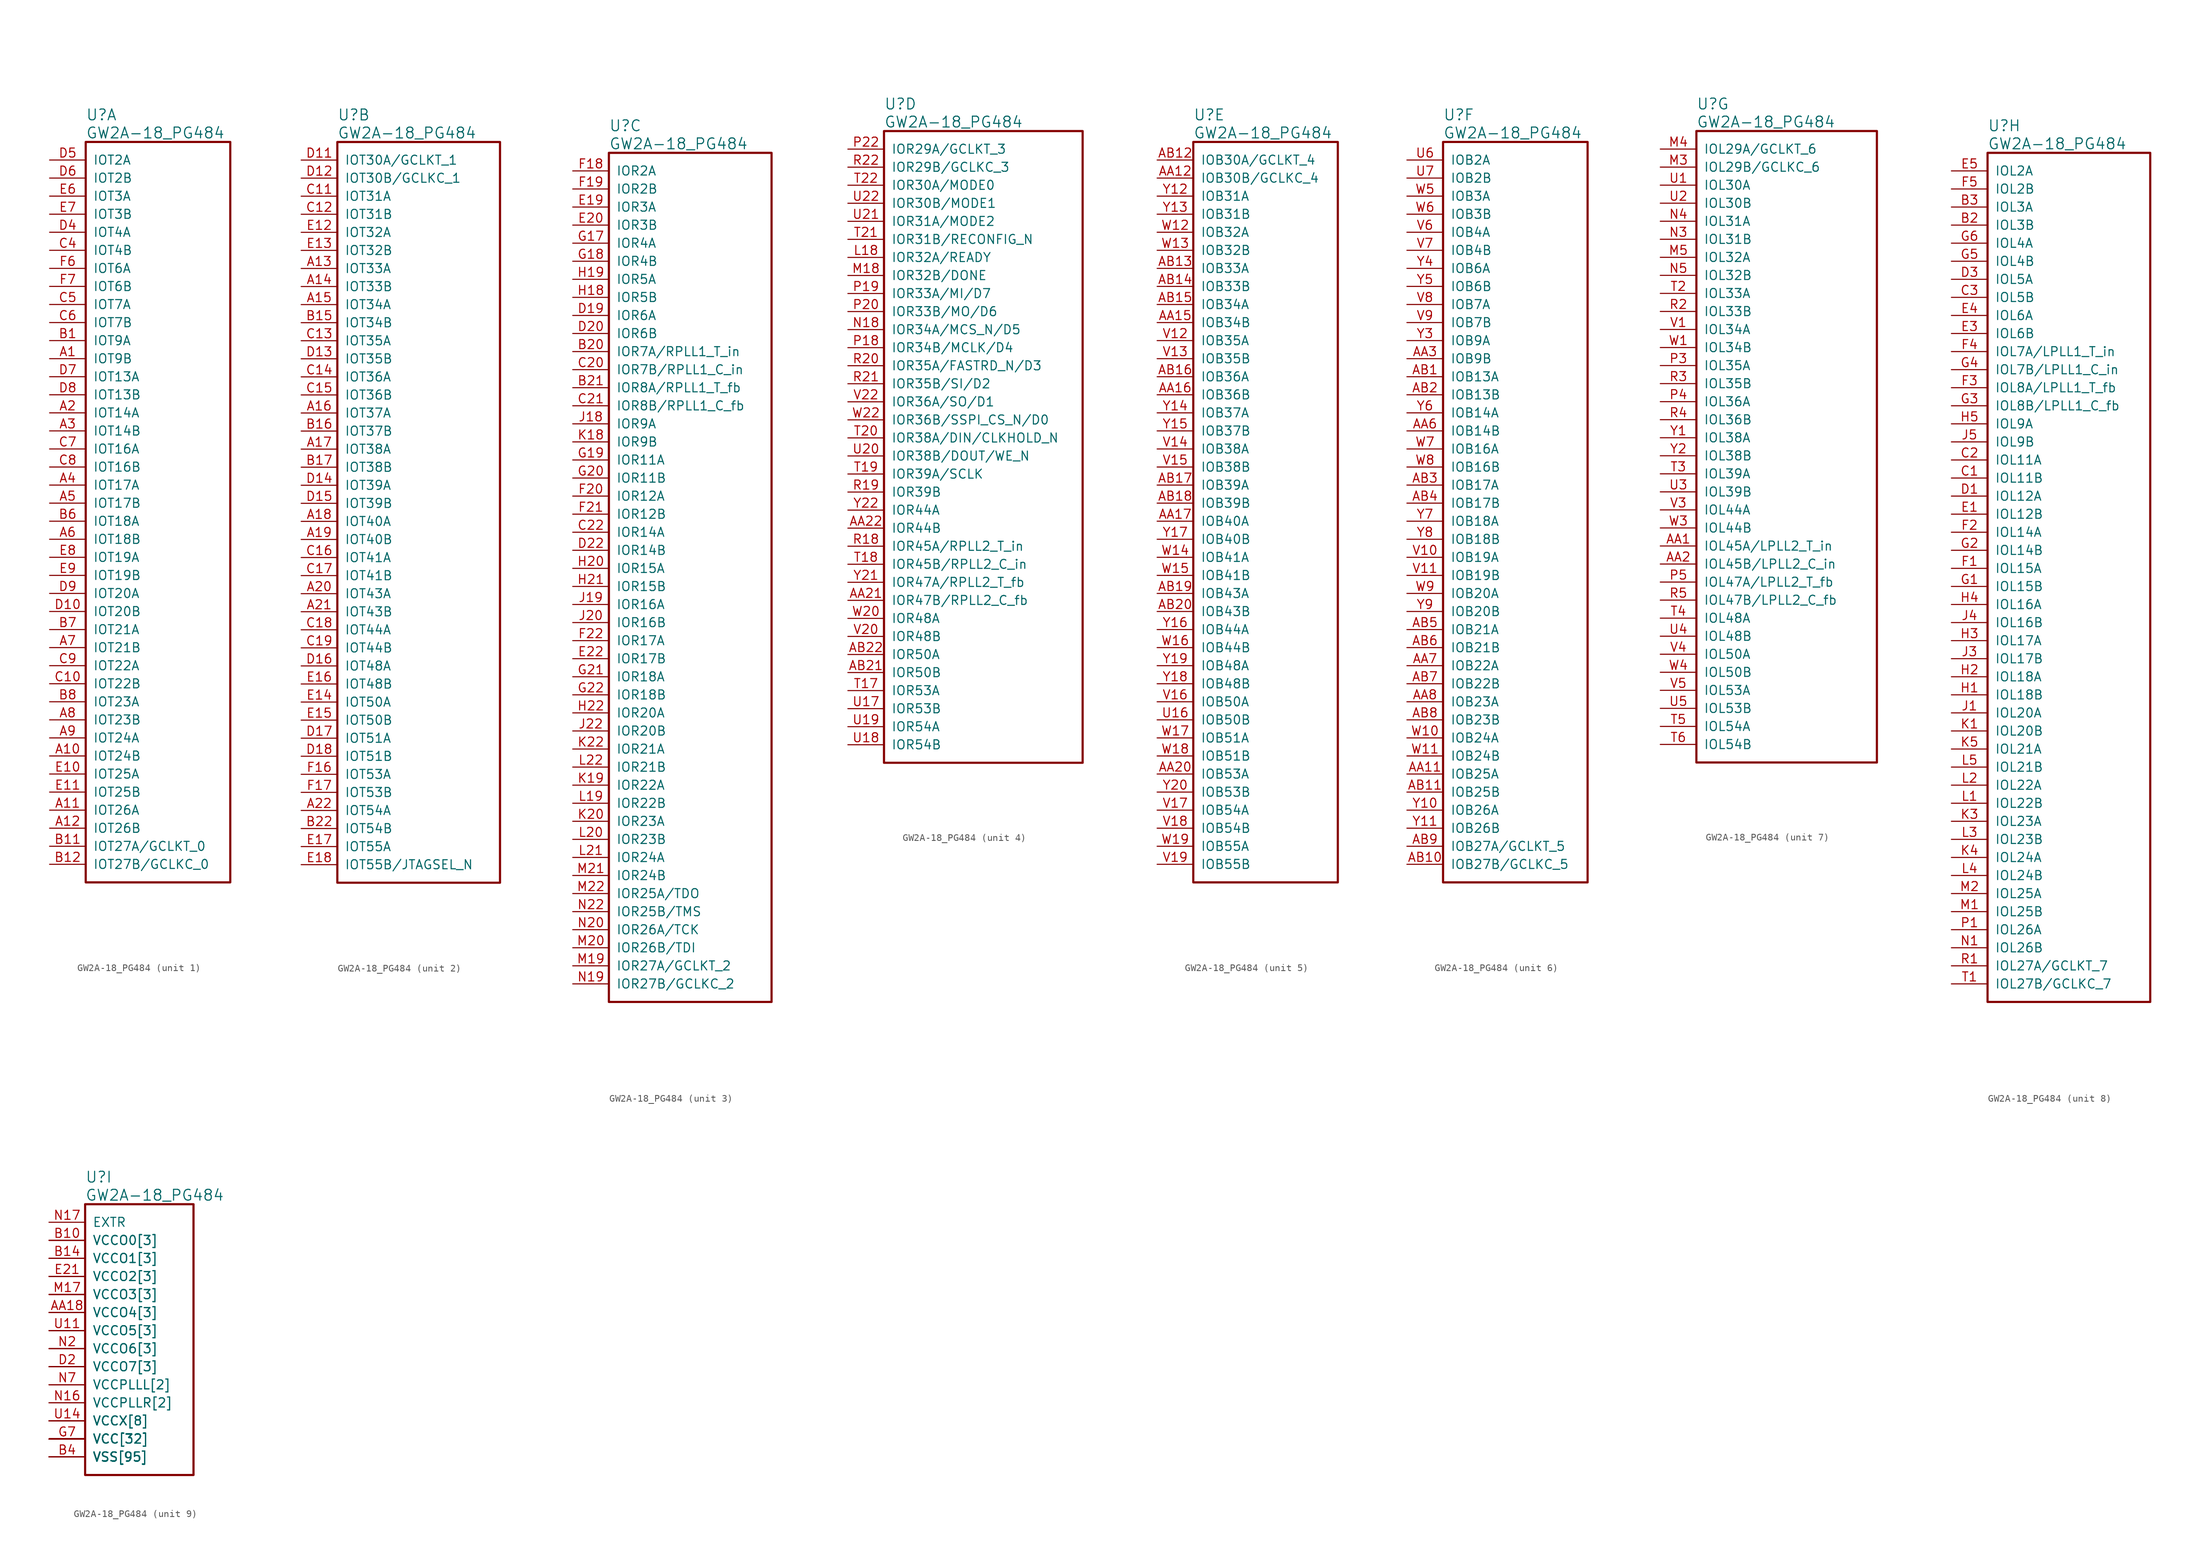
<source format=kicad_sym>
(kicad_symbol_lib
  (version 20241209)
  (generator "kicad_symbol_editor")
  (generator_version "9.0")
  (symbol "GW2A-18_PG484"
    (pin_names
      (offset 1.016))
    (property "Reference" "U"
      (at 5.08 6.35 0)
      (effects (font (size 1.524 1.524)) (justify left)))
    (property "Value" "GW2A-18_PG484"
      (at 5.08 3.81 0)
      (effects (font (size 1.524 1.524)) (justify left)))
    (property "ki_locked" ""
      (at 0 0 0)
      (effects (font (size 1.27 1.27))))
    (symbol "GW2A-18_PG484_1_1"
      (rectangle (start 5.08 2.54) (end 25.4 -101.6) (stroke (width 0.305) (type solid)) (fill (type none)))
      (pin bidirectional line (at 0 0 0) (length 5.08) (name "IOT2A" (effects (font (size 1.27 1.27)))) (number "D5" (effects (font (size 1.27 1.27)))))
      (pin bidirectional line (at 0 -2.54 0) (length 5.08) (name "IOT2B" (effects (font (size 1.27 1.27)))) (number "D6" (effects (font (size 1.27 1.27)))))
      (pin bidirectional line (at 0 -5.08 0) (length 5.08) (name "IOT3A" (effects (font (size 1.27 1.27)))) (number "E6" (effects (font (size 1.27 1.27)))))
      (pin bidirectional line (at 0 -7.62 0) (length 5.08) (name "IOT3B" (effects (font (size 1.27 1.27)))) (number "E7" (effects (font (size 1.27 1.27)))))
      (pin bidirectional line (at 0 -10.16 0) (length 5.08) (name "IOT4A" (effects (font (size 1.27 1.27)))) (number "D4" (effects (font (size 1.27 1.27)))))
      (pin bidirectional line (at 0 -12.7 0) (length 5.08) (name "IOT4B" (effects (font (size 1.27 1.27)))) (number "C4" (effects (font (size 1.27 1.27)))))
      (pin bidirectional line (at 0 -15.24 0) (length 5.08) (name "IOT6A" (effects (font (size 1.27 1.27)))) (number "F6" (effects (font (size 1.27 1.27)))))
      (pin bidirectional line (at 0 -17.78 0) (length 5.08) (name "IOT6B" (effects (font (size 1.27 1.27)))) (number "F7" (effects (font (size 1.27 1.27)))))
      (pin bidirectional line (at 0 -20.32 0) (length 5.08) (name "IOT7A" (effects (font (size 1.27 1.27)))) (number "C5" (effects (font (size 1.27 1.27)))))
      (pin bidirectional line (at 0 -22.86 0) (length 5.08) (name "IOT7B" (effects (font (size 1.27 1.27)))) (number "C6" (effects (font (size 1.27 1.27)))))
      (pin bidirectional line (at 0 -25.4 0) (length 5.08) (name "IOT9A" (effects (font (size 1.27 1.27)))) (number "B1" (effects (font (size 1.27 1.27)))))
      (pin bidirectional line (at 0 -27.94 0) (length 5.08) (name "IOT9B" (effects (font (size 1.27 1.27)))) (number "A1" (effects (font (size 1.27 1.27)))))
      (pin bidirectional line (at 0 -30.48 0) (length 5.08) (name "IOT13A" (effects (font (size 1.27 1.27)))) (number "D7" (effects (font (size 1.27 1.27)))))
      (pin bidirectional line (at 0 -33.02 0) (length 5.08) (name "IOT13B" (effects (font (size 1.27 1.27)))) (number "D8" (effects (font (size 1.27 1.27)))))
      (pin bidirectional line (at 0 -35.56 0) (length 5.08) (name "IOT14A" (effects (font (size 1.27 1.27)))) (number "A2" (effects (font (size 1.27 1.27)))))
      (pin bidirectional line (at 0 -38.1 0) (length 5.08) (name "IOT14B" (effects (font (size 1.27 1.27)))) (number "A3" (effects (font (size 1.27 1.27)))))
      (pin bidirectional line (at 0 -40.64 0) (length 5.08) (name "IOT16A" (effects (font (size 1.27 1.27)))) (number "C7" (effects (font (size 1.27 1.27)))))
      (pin bidirectional line (at 0 -43.18 0) (length 5.08) (name "IOT16B" (effects (font (size 1.27 1.27)))) (number "C8" (effects (font (size 1.27 1.27)))))
      (pin bidirectional line (at 0 -45.72 0) (length 5.08) (name "IOT17A" (effects (font (size 1.27 1.27)))) (number "A4" (effects (font (size 1.27 1.27)))))
      (pin bidirectional line (at 0 -48.26 0) (length 5.08) (name "IOT17B" (effects (font (size 1.27 1.27)))) (number "A5" (effects (font (size 1.27 1.27)))))
      (pin bidirectional line (at 0 -50.8 0) (length 5.08) (name "IOT18A" (effects (font (size 1.27 1.27)))) (number "B6" (effects (font (size 1.27 1.27)))))
      (pin bidirectional line (at 0 -53.34 0) (length 5.08) (name "IOT18B" (effects (font (size 1.27 1.27)))) (number "A6" (effects (font (size 1.27 1.27)))))
      (pin bidirectional line (at 0 -55.88 0) (length 5.08) (name "IOT19A" (effects (font (size 1.27 1.27)))) (number "E8" (effects (font (size 1.27 1.27)))))
      (pin bidirectional line (at 0 -58.42 0) (length 5.08) (name "IOT19B" (effects (font (size 1.27 1.27)))) (number "E9" (effects (font (size 1.27 1.27)))))
      (pin bidirectional line (at 0 -60.96 0) (length 5.08) (name "IOT20A" (effects (font (size 1.27 1.27)))) (number "D9" (effects (font (size 1.27 1.27)))))
      (pin bidirectional line (at 0 -63.5 0) (length 5.08) (name "IOT20B" (effects (font (size 1.27 1.27)))) (number "D10" (effects (font (size 1.27 1.27)))))
      (pin bidirectional line (at 0 -66.04 0) (length 5.08) (name "IOT21A" (effects (font (size 1.27 1.27)))) (number "B7" (effects (font (size 1.27 1.27)))))
      (pin bidirectional line (at 0 -68.58 0) (length 5.08) (name "IOT21B" (effects (font (size 1.27 1.27)))) (number "A7" (effects (font (size 1.27 1.27)))))
      (pin bidirectional line (at 0 -71.12 0) (length 5.08) (name "IOT22A" (effects (font (size 1.27 1.27)))) (number "C9" (effects (font (size 1.27 1.27)))))
      (pin bidirectional line (at 0 -73.66 0) (length 5.08) (name "IOT22B" (effects (font (size 1.27 1.27)))) (number "C10" (effects (font (size 1.27 1.27)))))
      (pin bidirectional line (at 0 -76.2 0) (length 5.08) (name "IOT23A" (effects (font (size 1.27 1.27)))) (number "B8" (effects (font (size 1.27 1.27)))))
      (pin bidirectional line (at 0 -78.74 0) (length 5.08) (name "IOT23B" (effects (font (size 1.27 1.27)))) (number "A8" (effects (font (size 1.27 1.27)))))
      (pin bidirectional line (at 0 -81.28 0) (length 5.08) (name "IOT24A" (effects (font (size 1.27 1.27)))) (number "A9" (effects (font (size 1.27 1.27)))))
      (pin bidirectional line (at 0 -83.82 0) (length 5.08) (name "IOT24B" (effects (font (size 1.27 1.27)))) (number "A10" (effects (font (size 1.27 1.27)))))
      (pin bidirectional line (at 0 -86.36 0) (length 5.08) (name "IOT25A" (effects (font (size 1.27 1.27)))) (number "E10" (effects (font (size 1.27 1.27)))))
      (pin bidirectional line (at 0 -88.9 0) (length 5.08) (name "IOT25B" (effects (font (size 1.27 1.27)))) (number "E11" (effects (font (size 1.27 1.27)))))
      (pin bidirectional line (at 0 -91.44 0) (length 5.08) (name "IOT26A" (effects (font (size 1.27 1.27)))) (number "A11" (effects (font (size 1.27 1.27)))))
      (pin bidirectional line (at 0 -93.98 0) (length 5.08) (name "IOT26B" (effects (font (size 1.27 1.27)))) (number "A12" (effects (font (size 1.27 1.27)))))
      (pin bidirectional line (at 0 -96.52 0) (length 5.08) (name "IOT27A/GCLKT_0" (effects (font (size 1.27 1.27)))) (number "B11" (effects (font (size 1.27 1.27)))))
      (pin bidirectional line (at 0 -99.06 0) (length 5.08) (name "IOT27B/GCLKC_0" (effects (font (size 1.27 1.27)))) (number "B12" (effects (font (size 1.27 1.27))))))
    (symbol "GW2A-18_PG484_2_1"
      (rectangle (start 5.08 2.54) (end 27.94 -101.6) (stroke (width 0.305) (type solid)) (fill (type none)))
      (pin bidirectional line (at 0 0 0) (length 5.08) (name "IOT30A/GCLKT_1" (effects (font (size 1.27 1.27)))) (number "D11" (effects (font (size 1.27 1.27)))))
      (pin bidirectional line (at 0 -2.54 0) (length 5.08) (name "IOT30B/GCLKC_1" (effects (font (size 1.27 1.27)))) (number "D12" (effects (font (size 1.27 1.27)))))
      (pin bidirectional line (at 0 -5.08 0) (length 5.08) (name "IOT31A" (effects (font (size 1.27 1.27)))) (number "C11" (effects (font (size 1.27 1.27)))))
      (pin bidirectional line (at 0 -7.62 0) (length 5.08) (name "IOT31B" (effects (font (size 1.27 1.27)))) (number "C12" (effects (font (size 1.27 1.27)))))
      (pin bidirectional line (at 0 -10.16 0) (length 5.08) (name "IOT32A" (effects (font (size 1.27 1.27)))) (number "E12" (effects (font (size 1.27 1.27)))))
      (pin bidirectional line (at 0 -12.7 0) (length 5.08) (name "IOT32B" (effects (font (size 1.27 1.27)))) (number "E13" (effects (font (size 1.27 1.27)))))
      (pin bidirectional line (at 0 -15.24 0) (length 5.08) (name "IOT33A" (effects (font (size 1.27 1.27)))) (number "A13" (effects (font (size 1.27 1.27)))))
      (pin bidirectional line (at 0 -17.78 0) (length 5.08) (name "IOT33B" (effects (font (size 1.27 1.27)))) (number "A14" (effects (font (size 1.27 1.27)))))
      (pin bidirectional line (at 0 -20.32 0) (length 5.08) (name "IOT34A" (effects (font (size 1.27 1.27)))) (number "A15" (effects (font (size 1.27 1.27)))))
      (pin bidirectional line (at 0 -22.86 0) (length 5.08) (name "IOT34B" (effects (font (size 1.27 1.27)))) (number "B15" (effects (font (size 1.27 1.27)))))
      (pin bidirectional line (at 0 -25.4 0) (length 5.08) (name "IOT35A" (effects (font (size 1.27 1.27)))) (number "C13" (effects (font (size 1.27 1.27)))))
      (pin bidirectional line (at 0 -27.94 0) (length 5.08) (name "IOT35B" (effects (font (size 1.27 1.27)))) (number "D13" (effects (font (size 1.27 1.27)))))
      (pin bidirectional line (at 0 -30.48 0) (length 5.08) (name "IOT36A" (effects (font (size 1.27 1.27)))) (number "C14" (effects (font (size 1.27 1.27)))))
      (pin bidirectional line (at 0 -33.02 0) (length 5.08) (name "IOT36B" (effects (font (size 1.27 1.27)))) (number "C15" (effects (font (size 1.27 1.27)))))
      (pin bidirectional line (at 0 -35.56 0) (length 5.08) (name "IOT37A" (effects (font (size 1.27 1.27)))) (number "A16" (effects (font (size 1.27 1.27)))))
      (pin bidirectional line (at 0 -38.1 0) (length 5.08) (name "IOT37B" (effects (font (size 1.27 1.27)))) (number "B16" (effects (font (size 1.27 1.27)))))
      (pin bidirectional line (at 0 -40.64 0) (length 5.08) (name "IOT38A" (effects (font (size 1.27 1.27)))) (number "A17" (effects (font (size 1.27 1.27)))))
      (pin bidirectional line (at 0 -43.18 0) (length 5.08) (name "IOT38B" (effects (font (size 1.27 1.27)))) (number "B17" (effects (font (size 1.27 1.27)))))
      (pin bidirectional line (at 0 -45.72 0) (length 5.08) (name "IOT39A" (effects (font (size 1.27 1.27)))) (number "D14" (effects (font (size 1.27 1.27)))))
      (pin bidirectional line (at 0 -48.26 0) (length 5.08) (name "IOT39B" (effects (font (size 1.27 1.27)))) (number "D15" (effects (font (size 1.27 1.27)))))
      (pin bidirectional line (at 0 -50.8 0) (length 5.08) (name "IOT40A" (effects (font (size 1.27 1.27)))) (number "A18" (effects (font (size 1.27 1.27)))))
      (pin bidirectional line (at 0 -53.34 0) (length 5.08) (name "IOT40B" (effects (font (size 1.27 1.27)))) (number "A19" (effects (font (size 1.27 1.27)))))
      (pin bidirectional line (at 0 -55.88 0) (length 5.08) (name "IOT41A" (effects (font (size 1.27 1.27)))) (number "C16" (effects (font (size 1.27 1.27)))))
      (pin bidirectional line (at 0 -58.42 0) (length 5.08) (name "IOT41B" (effects (font (size 1.27 1.27)))) (number "C17" (effects (font (size 1.27 1.27)))))
      (pin bidirectional line (at 0 -60.96 0) (length 5.08) (name "IOT43A" (effects (font (size 1.27 1.27)))) (number "A20" (effects (font (size 1.27 1.27)))))
      (pin bidirectional line (at 0 -63.5 0) (length 5.08) (name "IOT43B" (effects (font (size 1.27 1.27)))) (number "A21" (effects (font (size 1.27 1.27)))))
      (pin bidirectional line (at 0 -66.04 0) (length 5.08) (name "IOT44A" (effects (font (size 1.27 1.27)))) (number "C18" (effects (font (size 1.27 1.27)))))
      (pin bidirectional line (at 0 -68.58 0) (length 5.08) (name "IOT44B" (effects (font (size 1.27 1.27)))) (number "C19" (effects (font (size 1.27 1.27)))))
      (pin bidirectional line (at 0 -71.12 0) (length 5.08) (name "IOT48A" (effects (font (size 1.27 1.27)))) (number "D16" (effects (font (size 1.27 1.27)))))
      (pin bidirectional line (at 0 -73.66 0) (length 5.08) (name "IOT48B" (effects (font (size 1.27 1.27)))) (number "E16" (effects (font (size 1.27 1.27)))))
      (pin bidirectional line (at 0 -76.2 0) (length 5.08) (name "IOT50A" (effects (font (size 1.27 1.27)))) (number "E14" (effects (font (size 1.27 1.27)))))
      (pin bidirectional line (at 0 -78.74 0) (length 5.08) (name "IOT50B" (effects (font (size 1.27 1.27)))) (number "E15" (effects (font (size 1.27 1.27)))))
      (pin bidirectional line (at 0 -81.28 0) (length 5.08) (name "IOT51A" (effects (font (size 1.27 1.27)))) (number "D17" (effects (font (size 1.27 1.27)))))
      (pin bidirectional line (at 0 -83.82 0) (length 5.08) (name "IOT51B" (effects (font (size 1.27 1.27)))) (number "D18" (effects (font (size 1.27 1.27)))))
      (pin bidirectional line (at 0 -86.36 0) (length 5.08) (name "IOT53A" (effects (font (size 1.27 1.27)))) (number "F16" (effects (font (size 1.27 1.27)))))
      (pin bidirectional line (at 0 -88.9 0) (length 5.08) (name "IOT53B" (effects (font (size 1.27 1.27)))) (number "F17" (effects (font (size 1.27 1.27)))))
      (pin bidirectional line (at 0 -91.44 0) (length 5.08) (name "IOT54A" (effects (font (size 1.27 1.27)))) (number "A22" (effects (font (size 1.27 1.27)))))
      (pin bidirectional line (at 0 -93.98 0) (length 5.08) (name "IOT54B" (effects (font (size 1.27 1.27)))) (number "B22" (effects (font (size 1.27 1.27)))))
      (pin bidirectional line (at 0 -96.52 0) (length 5.08) (name "IOT55A" (effects (font (size 1.27 1.27)))) (number "E17" (effects (font (size 1.27 1.27)))))
      (pin bidirectional line (at 0 -99.06 0) (length 5.08) (name "IOT55B/JTAGSEL_N" (effects (font (size 1.27 1.27)))) (number "E18" (effects (font (size 1.27 1.27))))))
    (symbol "GW2A-18_PG484_3_1"
      (rectangle (start 5.08 2.54) (end 27.94 -116.84) (stroke (width 0.305) (type solid)) (fill (type none)))
      (pin bidirectional line (at 0 0 0) (length 5.08) (name "IOR2A" (effects (font (size 1.27 1.27)))) (number "F18" (effects (font (size 1.27 1.27)))))
      (pin bidirectional line (at 0 -2.54 0) (length 5.08) (name "IOR2B" (effects (font (size 1.27 1.27)))) (number "F19" (effects (font (size 1.27 1.27)))))
      (pin bidirectional line (at 0 -5.08 0) (length 5.08) (name "IOR3A" (effects (font (size 1.27 1.27)))) (number "E19" (effects (font (size 1.27 1.27)))))
      (pin bidirectional line (at 0 -7.62 0) (length 5.08) (name "IOR3B" (effects (font (size 1.27 1.27)))) (number "E20" (effects (font (size 1.27 1.27)))))
      (pin bidirectional line (at 0 -10.16 0) (length 5.08) (name "IOR4A" (effects (font (size 1.27 1.27)))) (number "G17" (effects (font (size 1.27 1.27)))))
      (pin bidirectional line (at 0 -12.7 0) (length 5.08) (name "IOR4B" (effects (font (size 1.27 1.27)))) (number "G18" (effects (font (size 1.27 1.27)))))
      (pin bidirectional line (at 0 -15.24 0) (length 5.08) (name "IOR5A" (effects (font (size 1.27 1.27)))) (number "H19" (effects (font (size 1.27 1.27)))))
      (pin bidirectional line (at 0 -17.78 0) (length 5.08) (name "IOR5B" (effects (font (size 1.27 1.27)))) (number "H18" (effects (font (size 1.27 1.27)))))
      (pin bidirectional line (at 0 -20.32 0) (length 5.08) (name "IOR6A" (effects (font (size 1.27 1.27)))) (number "D19" (effects (font (size 1.27 1.27)))))
      (pin bidirectional line (at 0 -22.86 0) (length 5.08) (name "IOR6B" (effects (font (size 1.27 1.27)))) (number "D20" (effects (font (size 1.27 1.27)))))
      (pin bidirectional line (at 0 -25.4 0) (length 5.08) (name "IOR7A/RPLL1_T_in" (effects (font (size 1.27 1.27)))) (number "B20" (effects (font (size 1.27 1.27)))))
      (pin bidirectional line (at 0 -27.94 0) (length 5.08) (name "IOR7B/RPLL1_C_in" (effects (font (size 1.27 1.27)))) (number "C20" (effects (font (size 1.27 1.27)))))
      (pin bidirectional line (at 0 -30.48 0) (length 5.08) (name "IOR8A/RPLL1_T_fb" (effects (font (size 1.27 1.27)))) (number "B21" (effects (font (size 1.27 1.27)))))
      (pin bidirectional line (at 0 -33.02 0) (length 5.08) (name "IOR8B/RPLL1_C_fb" (effects (font (size 1.27 1.27)))) (number "C21" (effects (font (size 1.27 1.27)))))
      (pin bidirectional line (at 0 -35.56 0) (length 5.08) (name "IOR9A" (effects (font (size 1.27 1.27)))) (number "J18" (effects (font (size 1.27 1.27)))))
      (pin bidirectional line (at 0 -38.1 0) (length 5.08) (name "IOR9B" (effects (font (size 1.27 1.27)))) (number "K18" (effects (font (size 1.27 1.27)))))
      (pin bidirectional line (at 0 -40.64 0) (length 5.08) (name "IOR11A" (effects (font (size 1.27 1.27)))) (number "G19" (effects (font (size 1.27 1.27)))))
      (pin bidirectional line (at 0 -43.18 0) (length 5.08) (name "IOR11B" (effects (font (size 1.27 1.27)))) (number "G20" (effects (font (size 1.27 1.27)))))
      (pin bidirectional line (at 0 -45.72 0) (length 5.08) (name "IOR12A" (effects (font (size 1.27 1.27)))) (number "F20" (effects (font (size 1.27 1.27)))))
      (pin bidirectional line (at 0 -48.26 0) (length 5.08) (name "IOR12B" (effects (font (size 1.27 1.27)))) (number "F21" (effects (font (size 1.27 1.27)))))
      (pin bidirectional line (at 0 -50.8 0) (length 5.08) (name "IOR14A" (effects (font (size 1.27 1.27)))) (number "C22" (effects (font (size 1.27 1.27)))))
      (pin bidirectional line (at 0 -53.34 0) (length 5.08) (name "IOR14B" (effects (font (size 1.27 1.27)))) (number "D22" (effects (font (size 1.27 1.27)))))
      (pin bidirectional line (at 0 -55.88 0) (length 5.08) (name "IOR15A" (effects (font (size 1.27 1.27)))) (number "H20" (effects (font (size 1.27 1.27)))))
      (pin bidirectional line (at 0 -58.42 0) (length 5.08) (name "IOR15B" (effects (font (size 1.27 1.27)))) (number "H21" (effects (font (size 1.27 1.27)))))
      (pin bidirectional line (at 0 -60.96 0) (length 5.08) (name "IOR16A" (effects (font (size 1.27 1.27)))) (number "J19" (effects (font (size 1.27 1.27)))))
      (pin bidirectional line (at 0 -63.5 0) (length 5.08) (name "IOR16B" (effects (font (size 1.27 1.27)))) (number "J20" (effects (font (size 1.27 1.27)))))
      (pin bidirectional line (at 0 -66.04 0) (length 5.08) (name "IOR17A" (effects (font (size 1.27 1.27)))) (number "F22" (effects (font (size 1.27 1.27)))))
      (pin bidirectional line (at 0 -68.58 0) (length 5.08) (name "IOR17B" (effects (font (size 1.27 1.27)))) (number "E22" (effects (font (size 1.27 1.27)))))
      (pin bidirectional line (at 0 -71.12 0) (length 5.08) (name "IOR18A" (effects (font (size 1.27 1.27)))) (number "G21" (effects (font (size 1.27 1.27)))))
      (pin bidirectional line (at 0 -73.66 0) (length 5.08) (name "IOR18B" (effects (font (size 1.27 1.27)))) (number "G22" (effects (font (size 1.27 1.27)))))
      (pin bidirectional line (at 0 -76.2 0) (length 5.08) (name "IOR20A" (effects (font (size 1.27 1.27)))) (number "H22" (effects (font (size 1.27 1.27)))))
      (pin bidirectional line (at 0 -78.74 0) (length 5.08) (name "IOR20B" (effects (font (size 1.27 1.27)))) (number "J22" (effects (font (size 1.27 1.27)))))
      (pin bidirectional line (at 0 -81.28 0) (length 5.08) (name "IOR21A" (effects (font (size 1.27 1.27)))) (number "K22" (effects (font (size 1.27 1.27)))))
      (pin bidirectional line (at 0 -83.82 0) (length 5.08) (name "IOR21B" (effects (font (size 1.27 1.27)))) (number "L22" (effects (font (size 1.27 1.27)))))
      (pin bidirectional line (at 0 -86.36 0) (length 5.08) (name "IOR22A" (effects (font (size 1.27 1.27)))) (number "K19" (effects (font (size 1.27 1.27)))))
      (pin bidirectional line (at 0 -88.9 0) (length 5.08) (name "IOR22B" (effects (font (size 1.27 1.27)))) (number "L19" (effects (font (size 1.27 1.27)))))
      (pin bidirectional line (at 0 -91.44 0) (length 5.08) (name "IOR23A" (effects (font (size 1.27 1.27)))) (number "K20" (effects (font (size 1.27 1.27)))))
      (pin bidirectional line (at 0 -93.98 0) (length 5.08) (name "IOR23B" (effects (font (size 1.27 1.27)))) (number "L20" (effects (font (size 1.27 1.27)))))
      (pin bidirectional line (at 0 -96.52 0) (length 5.08) (name "IOR24A" (effects (font (size 1.27 1.27)))) (number "L21" (effects (font (size 1.27 1.27)))))
      (pin bidirectional line (at 0 -99.06 0) (length 5.08) (name "IOR24B" (effects (font (size 1.27 1.27)))) (number "M21" (effects (font (size 1.27 1.27)))))
      (pin bidirectional line (at 0 -101.6 0) (length 5.08) (name "IOR25A/TDO" (effects (font (size 1.27 1.27)))) (number "M22" (effects (font (size 1.27 1.27)))))
      (pin bidirectional line (at 0 -104.14 0) (length 5.08) (name "IOR25B/TMS" (effects (font (size 1.27 1.27)))) (number "N22" (effects (font (size 1.27 1.27)))))
      (pin bidirectional line (at 0 -106.68 0) (length 5.08) (name "IOR26A/TCK" (effects (font (size 1.27 1.27)))) (number "N20" (effects (font (size 1.27 1.27)))))
      (pin bidirectional line (at 0 -109.22 0) (length 5.08) (name "IOR26B/TDI" (effects (font (size 1.27 1.27)))) (number "M20" (effects (font (size 1.27 1.27)))))
      (pin bidirectional line (at 0 -111.76 0) (length 5.08) (name "IOR27A/GCLKT_2" (effects (font (size 1.27 1.27)))) (number "M19" (effects (font (size 1.27 1.27)))))
      (pin bidirectional line (at 0 -114.3 0) (length 5.08) (name "IOR27B/GCLKC_2" (effects (font (size 1.27 1.27)))) (number "N19" (effects (font (size 1.27 1.27))))))
    (symbol "GW2A-18_PG484_4_1"
      (rectangle (start 5.08 2.54) (end 33.02 -86.36) (stroke (width 0.305) (type solid)) (fill (type none)))
      (pin bidirectional line (at 0 0 0) (length 5.08) (name "IOR29A/GCLKT_3" (effects (font (size 1.27 1.27)))) (number "P22" (effects (font (size 1.27 1.27)))))
      (pin bidirectional line (at 0 -2.54 0) (length 5.08) (name "IOR29B/GCLKC_3" (effects (font (size 1.27 1.27)))) (number "R22" (effects (font (size 1.27 1.27)))))
      (pin bidirectional line (at 0 -5.08 0) (length 5.08) (name "IOR30A/MODE0" (effects (font (size 1.27 1.27)))) (number "T22" (effects (font (size 1.27 1.27)))))
      (pin bidirectional line (at 0 -7.62 0) (length 5.08) (name "IOR30B/MODE1" (effects (font (size 1.27 1.27)))) (number "U22" (effects (font (size 1.27 1.27)))))
      (pin bidirectional line (at 0 -10.16 0) (length 5.08) (name "IOR31A/MODE2" (effects (font (size 1.27 1.27)))) (number "U21" (effects (font (size 1.27 1.27)))))
      (pin bidirectional line (at 0 -12.7 0) (length 5.08) (name "IOR31B/RECONFIG_N" (effects (font (size 1.27 1.27)))) (number "T21" (effects (font (size 1.27 1.27)))))
      (pin bidirectional line (at 0 -15.24 0) (length 5.08) (name "IOR32A/READY" (effects (font (size 1.27 1.27)))) (number "L18" (effects (font (size 1.27 1.27)))))
      (pin bidirectional line (at 0 -17.78 0) (length 5.08) (name "IOR32B/DONE" (effects (font (size 1.27 1.27)))) (number "M18" (effects (font (size 1.27 1.27)))))
      (pin bidirectional line (at 0 -20.32 0) (length 5.08) (name "IOR33A/MI/D7" (effects (font (size 1.27 1.27)))) (number "P19" (effects (font (size 1.27 1.27)))))
      (pin bidirectional line (at 0 -22.86 0) (length 5.08) (name "IOR33B/MO/D6" (effects (font (size 1.27 1.27)))) (number "P20" (effects (font (size 1.27 1.27)))))
      (pin bidirectional line (at 0 -25.4 0) (length 5.08) (name "IOR34A/MCS_N/D5" (effects (font (size 1.27 1.27)))) (number "N18" (effects (font (size 1.27 1.27)))))
      (pin bidirectional line (at 0 -27.94 0) (length 5.08) (name "IOR34B/MCLK/D4" (effects (font (size 1.27 1.27)))) (number "P18" (effects (font (size 1.27 1.27)))))
      (pin bidirectional line (at 0 -30.48 0) (length 5.08) (name "IOR35A/FASTRD_N/D3" (effects (font (size 1.27 1.27)))) (number "R20" (effects (font (size 1.27 1.27)))))
      (pin bidirectional line (at 0 -33.02 0) (length 5.08) (name "IOR35B/SI/D2" (effects (font (size 1.27 1.27)))) (number "R21" (effects (font (size 1.27 1.27)))))
      (pin bidirectional line (at 0 -35.56 0) (length 5.08) (name "IOR36A/SO/D1" (effects (font (size 1.27 1.27)))) (number "V22" (effects (font (size 1.27 1.27)))))
      (pin bidirectional line (at 0 -38.1 0) (length 5.08) (name "IOR36B/SSPI_CS_N/D0" (effects (font (size 1.27 1.27)))) (number "W22" (effects (font (size 1.27 1.27)))))
      (pin bidirectional line (at 0 -40.64 0) (length 5.08) (name "IOR38A/DIN/CLKHOLD_N" (effects (font (size 1.27 1.27)))) (number "T20" (effects (font (size 1.27 1.27)))))
      (pin bidirectional line (at 0 -43.18 0) (length 5.08) (name "IOR38B/DOUT/WE_N" (effects (font (size 1.27 1.27)))) (number "U20" (effects (font (size 1.27 1.27)))))
      (pin bidirectional line (at 0 -45.72 0) (length 5.08) (name "IOR39A/SCLK" (effects (font (size 1.27 1.27)))) (number "T19" (effects (font (size 1.27 1.27)))))
      (pin bidirectional line (at 0 -48.26 0) (length 5.08) (name "IOR39B" (effects (font (size 1.27 1.27)))) (number "R19" (effects (font (size 1.27 1.27)))))
      (pin bidirectional line (at 0 -50.8 0) (length 5.08) (name "IOR44A" (effects (font (size 1.27 1.27)))) (number "Y22" (effects (font (size 1.27 1.27)))))
      (pin bidirectional line (at 0 -53.34 0) (length 5.08) (name "IOR44B" (effects (font (size 1.27 1.27)))) (number "AA22" (effects (font (size 1.27 1.27)))))
      (pin bidirectional line (at 0 -55.88 0) (length 5.08) (name "IOR45A/RPLL2_T_in" (effects (font (size 1.27 1.27)))) (number "R18" (effects (font (size 1.27 1.27)))))
      (pin bidirectional line (at 0 -58.42 0) (length 5.08) (name "IOR45B/RPLL2_C_in" (effects (font (size 1.27 1.27)))) (number "T18" (effects (font (size 1.27 1.27)))))
      (pin bidirectional line (at 0 -60.96 0) (length 5.08) (name "IOR47A/RPLL2_T_fb" (effects (font (size 1.27 1.27)))) (number "Y21" (effects (font (size 1.27 1.27)))))
      (pin bidirectional line (at 0 -63.5 0) (length 5.08) (name "IOR47B/RPLL2_C_fb" (effects (font (size 1.27 1.27)))) (number "AA21" (effects (font (size 1.27 1.27)))))
      (pin bidirectional line (at 0 -66.04 0) (length 5.08) (name "IOR48A" (effects (font (size 1.27 1.27)))) (number "W20" (effects (font (size 1.27 1.27)))))
      (pin bidirectional line (at 0 -68.58 0) (length 5.08) (name "IOR48B" (effects (font (size 1.27 1.27)))) (number "V20" (effects (font (size 1.27 1.27)))))
      (pin bidirectional line (at 0 -71.12 0) (length 5.08) (name "IOR50A" (effects (font (size 1.27 1.27)))) (number "AB22" (effects (font (size 1.27 1.27)))))
      (pin bidirectional line (at 0 -73.66 0) (length 5.08) (name "IOR50B" (effects (font (size 1.27 1.27)))) (number "AB21" (effects (font (size 1.27 1.27)))))
      (pin bidirectional line (at 0 -76.2 0) (length 5.08) (name "IOR53A" (effects (font (size 1.27 1.27)))) (number "T17" (effects (font (size 1.27 1.27)))))
      (pin bidirectional line (at 0 -78.74 0) (length 5.08) (name "IOR53B" (effects (font (size 1.27 1.27)))) (number "U17" (effects (font (size 1.27 1.27)))))
      (pin bidirectional line (at 0 -81.28 0) (length 5.08) (name "IOR54A" (effects (font (size 1.27 1.27)))) (number "U19" (effects (font (size 1.27 1.27)))))
      (pin bidirectional line (at 0 -83.82 0) (length 5.08) (name "IOR54B" (effects (font (size 1.27 1.27)))) (number "U18" (effects (font (size 1.27 1.27))))))
    (symbol "GW2A-18_PG484_5_1"
      (rectangle (start 5.08 2.54) (end 25.4 -101.6) (stroke (width 0.305) (type solid)) (fill (type none)))
      (pin bidirectional line (at 0 0 0) (length 5.08) (name "IOB30A/GCLKT_4" (effects (font (size 1.27 1.27)))) (number "AB12" (effects (font (size 1.27 1.27)))))
      (pin bidirectional line (at 0 -2.54 0) (length 5.08) (name "IOB30B/GCLKC_4" (effects (font (size 1.27 1.27)))) (number "AA12" (effects (font (size 1.27 1.27)))))
      (pin bidirectional line (at 0 -5.08 0) (length 5.08) (name "IOB31A" (effects (font (size 1.27 1.27)))) (number "Y12" (effects (font (size 1.27 1.27)))))
      (pin bidirectional line (at 0 -7.62 0) (length 5.08) (name "IOB31B" (effects (font (size 1.27 1.27)))) (number "Y13" (effects (font (size 1.27 1.27)))))
      (pin bidirectional line (at 0 -10.16 0) (length 5.08) (name "IOB32A" (effects (font (size 1.27 1.27)))) (number "W12" (effects (font (size 1.27 1.27)))))
      (pin bidirectional line (at 0 -12.7 0) (length 5.08) (name "IOB32B" (effects (font (size 1.27 1.27)))) (number "W13" (effects (font (size 1.27 1.27)))))
      (pin bidirectional line (at 0 -15.24 0) (length 5.08) (name "IOB33A" (effects (font (size 1.27 1.27)))) (number "AB13" (effects (font (size 1.27 1.27)))))
      (pin bidirectional line (at 0 -17.78 0) (length 5.08) (name "IOB33B" (effects (font (size 1.27 1.27)))) (number "AB14" (effects (font (size 1.27 1.27)))))
      (pin bidirectional line (at 0 -20.32 0) (length 5.08) (name "IOB34A" (effects (font (size 1.27 1.27)))) (number "AB15" (effects (font (size 1.27 1.27)))))
      (pin bidirectional line (at 0 -22.86 0) (length 5.08) (name "IOB34B" (effects (font (size 1.27 1.27)))) (number "AA15" (effects (font (size 1.27 1.27)))))
      (pin bidirectional line (at 0 -25.4 0) (length 5.08) (name "IOB35A" (effects (font (size 1.27 1.27)))) (number "V12" (effects (font (size 1.27 1.27)))))
      (pin bidirectional line (at 0 -27.94 0) (length 5.08) (name "IOB35B" (effects (font (size 1.27 1.27)))) (number "V13" (effects (font (size 1.27 1.27)))))
      (pin bidirectional line (at 0 -30.48 0) (length 5.08) (name "IOB36A" (effects (font (size 1.27 1.27)))) (number "AB16" (effects (font (size 1.27 1.27)))))
      (pin bidirectional line (at 0 -33.02 0) (length 5.08) (name "IOB36B" (effects (font (size 1.27 1.27)))) (number "AA16" (effects (font (size 1.27 1.27)))))
      (pin bidirectional line (at 0 -35.56 0) (length 5.08) (name "IOB37A" (effects (font (size 1.27 1.27)))) (number "Y14" (effects (font (size 1.27 1.27)))))
      (pin bidirectional line (at 0 -38.1 0) (length 5.08) (name "IOB37B" (effects (font (size 1.27 1.27)))) (number "Y15" (effects (font (size 1.27 1.27)))))
      (pin bidirectional line (at 0 -40.64 0) (length 5.08) (name "IOB38A" (effects (font (size 1.27 1.27)))) (number "V14" (effects (font (size 1.27 1.27)))))
      (pin bidirectional line (at 0 -43.18 0) (length 5.08) (name "IOB38B" (effects (font (size 1.27 1.27)))) (number "V15" (effects (font (size 1.27 1.27)))))
      (pin bidirectional line (at 0 -45.72 0) (length 5.08) (name "IOB39A" (effects (font (size 1.27 1.27)))) (number "AB17" (effects (font (size 1.27 1.27)))))
      (pin bidirectional line (at 0 -48.26 0) (length 5.08) (name "IOB39B" (effects (font (size 1.27 1.27)))) (number "AB18" (effects (font (size 1.27 1.27)))))
      (pin bidirectional line (at 0 -50.8 0) (length 5.08) (name "IOB40A" (effects (font (size 1.27 1.27)))) (number "AA17" (effects (font (size 1.27 1.27)))))
      (pin bidirectional line (at 0 -53.34 0) (length 5.08) (name "IOB40B" (effects (font (size 1.27 1.27)))) (number "Y17" (effects (font (size 1.27 1.27)))))
      (pin bidirectional line (at 0 -55.88 0) (length 5.08) (name "IOB41A" (effects (font (size 1.27 1.27)))) (number "W14" (effects (font (size 1.27 1.27)))))
      (pin bidirectional line (at 0 -58.42 0) (length 5.08) (name "IOB41B" (effects (font (size 1.27 1.27)))) (number "W15" (effects (font (size 1.27 1.27)))))
      (pin bidirectional line (at 0 -60.96 0) (length 5.08) (name "IOB43A" (effects (font (size 1.27 1.27)))) (number "AB19" (effects (font (size 1.27 1.27)))))
      (pin bidirectional line (at 0 -63.5 0) (length 5.08) (name "IOB43B" (effects (font (size 1.27 1.27)))) (number "AB20" (effects (font (size 1.27 1.27)))))
      (pin bidirectional line (at 0 -66.04 0) (length 5.08) (name "IOB44A" (effects (font (size 1.27 1.27)))) (number "Y16" (effects (font (size 1.27 1.27)))))
      (pin bidirectional line (at 0 -68.58 0) (length 5.08) (name "IOB44B" (effects (font (size 1.27 1.27)))) (number "W16" (effects (font (size 1.27 1.27)))))
      (pin bidirectional line (at 0 -71.12 0) (length 5.08) (name "IOB48A" (effects (font (size 1.27 1.27)))) (number "Y19" (effects (font (size 1.27 1.27)))))
      (pin bidirectional line (at 0 -73.66 0) (length 5.08) (name "IOB48B" (effects (font (size 1.27 1.27)))) (number "Y18" (effects (font (size 1.27 1.27)))))
      (pin bidirectional line (at 0 -76.2 0) (length 5.08) (name "IOB50A" (effects (font (size 1.27 1.27)))) (number "V16" (effects (font (size 1.27 1.27)))))
      (pin bidirectional line (at 0 -78.74 0) (length 5.08) (name "IOB50B" (effects (font (size 1.27 1.27)))) (number "U16" (effects (font (size 1.27 1.27)))))
      (pin bidirectional line (at 0 -81.28 0) (length 5.08) (name "IOB51A" (effects (font (size 1.27 1.27)))) (number "W17" (effects (font (size 1.27 1.27)))))
      (pin bidirectional line (at 0 -83.82 0) (length 5.08) (name "IOB51B" (effects (font (size 1.27 1.27)))) (number "W18" (effects (font (size 1.27 1.27)))))
      (pin bidirectional line (at 0 -86.36 0) (length 5.08) (name "IOB53A" (effects (font (size 1.27 1.27)))) (number "AA20" (effects (font (size 1.27 1.27)))))
      (pin bidirectional line (at 0 -88.9 0) (length 5.08) (name "IOB53B" (effects (font (size 1.27 1.27)))) (number "Y20" (effects (font (size 1.27 1.27)))))
      (pin bidirectional line (at 0 -91.44 0) (length 5.08) (name "IOB54A" (effects (font (size 1.27 1.27)))) (number "V17" (effects (font (size 1.27 1.27)))))
      (pin bidirectional line (at 0 -93.98 0) (length 5.08) (name "IOB54B" (effects (font (size 1.27 1.27)))) (number "V18" (effects (font (size 1.27 1.27)))))
      (pin bidirectional line (at 0 -96.52 0) (length 5.08) (name "IOB55A" (effects (font (size 1.27 1.27)))) (number "W19" (effects (font (size 1.27 1.27)))))
      (pin bidirectional line (at 0 -99.06 0) (length 5.08) (name "IOB55B" (effects (font (size 1.27 1.27)))) (number "V19" (effects (font (size 1.27 1.27))))))
    (symbol "GW2A-18_PG484_6_1"
      (rectangle (start 5.08 2.54) (end 25.4 -101.6) (stroke (width 0.305) (type solid)) (fill (type none)))
      (pin bidirectional line (at 0 0 0) (length 5.08) (name "IOB2A" (effects (font (size 1.27 1.27)))) (number "U6" (effects (font (size 1.27 1.27)))))
      (pin bidirectional line (at 0 -2.54 0) (length 5.08) (name "IOB2B" (effects (font (size 1.27 1.27)))) (number "U7" (effects (font (size 1.27 1.27)))))
      (pin bidirectional line (at 0 -5.08 0) (length 5.08) (name "IOB3A" (effects (font (size 1.27 1.27)))) (number "W5" (effects (font (size 1.27 1.27)))))
      (pin bidirectional line (at 0 -7.62 0) (length 5.08) (name "IOB3B" (effects (font (size 1.27 1.27)))) (number "W6" (effects (font (size 1.27 1.27)))))
      (pin bidirectional line (at 0 -10.16 0) (length 5.08) (name "IOB4A" (effects (font (size 1.27 1.27)))) (number "V6" (effects (font (size 1.27 1.27)))))
      (pin bidirectional line (at 0 -12.7 0) (length 5.08) (name "IOB4B" (effects (font (size 1.27 1.27)))) (number "V7" (effects (font (size 1.27 1.27)))))
      (pin bidirectional line (at 0 -15.24 0) (length 5.08) (name "IOB6A" (effects (font (size 1.27 1.27)))) (number "Y4" (effects (font (size 1.27 1.27)))))
      (pin bidirectional line (at 0 -17.78 0) (length 5.08) (name "IOB6B" (effects (font (size 1.27 1.27)))) (number "Y5" (effects (font (size 1.27 1.27)))))
      (pin bidirectional line (at 0 -20.32 0) (length 5.08) (name "IOB7A" (effects (font (size 1.27 1.27)))) (number "V8" (effects (font (size 1.27 1.27)))))
      (pin bidirectional line (at 0 -22.86 0) (length 5.08) (name "IOB7B" (effects (font (size 1.27 1.27)))) (number "V9" (effects (font (size 1.27 1.27)))))
      (pin bidirectional line (at 0 -25.4 0) (length 5.08) (name "IOB9A" (effects (font (size 1.27 1.27)))) (number "Y3" (effects (font (size 1.27 1.27)))))
      (pin bidirectional line (at 0 -27.94 0) (length 5.08) (name "IOB9B" (effects (font (size 1.27 1.27)))) (number "AA3" (effects (font (size 1.27 1.27)))))
      (pin bidirectional line (at 0 -30.48 0) (length 5.08) (name "IOB13A" (effects (font (size 1.27 1.27)))) (number "AB1" (effects (font (size 1.27 1.27)))))
      (pin bidirectional line (at 0 -33.02 0) (length 5.08) (name "IOB13B" (effects (font (size 1.27 1.27)))) (number "AB2" (effects (font (size 1.27 1.27)))))
      (pin bidirectional line (at 0 -35.56 0) (length 5.08) (name "IOB14A" (effects (font (size 1.27 1.27)))) (number "Y6" (effects (font (size 1.27 1.27)))))
      (pin bidirectional line (at 0 -38.1 0) (length 5.08) (name "IOB14B" (effects (font (size 1.27 1.27)))) (number "AA6" (effects (font (size 1.27 1.27)))))
      (pin bidirectional line (at 0 -40.64 0) (length 5.08) (name "IOB16A" (effects (font (size 1.27 1.27)))) (number "W7" (effects (font (size 1.27 1.27)))))
      (pin bidirectional line (at 0 -43.18 0) (length 5.08) (name "IOB16B" (effects (font (size 1.27 1.27)))) (number "W8" (effects (font (size 1.27 1.27)))))
      (pin bidirectional line (at 0 -45.72 0) (length 5.08) (name "IOB17A" (effects (font (size 1.27 1.27)))) (number "AB3" (effects (font (size 1.27 1.27)))))
      (pin bidirectional line (at 0 -48.26 0) (length 5.08) (name "IOB17B" (effects (font (size 1.27 1.27)))) (number "AB4" (effects (font (size 1.27 1.27)))))
      (pin bidirectional line (at 0 -50.8 0) (length 5.08) (name "IOB18A" (effects (font (size 1.27 1.27)))) (number "Y7" (effects (font (size 1.27 1.27)))))
      (pin bidirectional line (at 0 -53.34 0) (length 5.08) (name "IOB18B" (effects (font (size 1.27 1.27)))) (number "Y8" (effects (font (size 1.27 1.27)))))
      (pin bidirectional line (at 0 -55.88 0) (length 5.08) (name "IOB19A" (effects (font (size 1.27 1.27)))) (number "V10" (effects (font (size 1.27 1.27)))))
      (pin bidirectional line (at 0 -58.42 0) (length 5.08) (name "IOB19B" (effects (font (size 1.27 1.27)))) (number "V11" (effects (font (size 1.27 1.27)))))
      (pin bidirectional line (at 0 -60.96 0) (length 5.08) (name "IOB20A" (effects (font (size 1.27 1.27)))) (number "W9" (effects (font (size 1.27 1.27)))))
      (pin bidirectional line (at 0 -63.5 0) (length 5.08) (name "IOB20B" (effects (font (size 1.27 1.27)))) (number "Y9" (effects (font (size 1.27 1.27)))))
      (pin bidirectional line (at 0 -66.04 0) (length 5.08) (name "IOB21A" (effects (font (size 1.27 1.27)))) (number "AB5" (effects (font (size 1.27 1.27)))))
      (pin bidirectional line (at 0 -68.58 0) (length 5.08) (name "IOB21B" (effects (font (size 1.27 1.27)))) (number "AB6" (effects (font (size 1.27 1.27)))))
      (pin bidirectional line (at 0 -71.12 0) (length 5.08) (name "IOB22A" (effects (font (size 1.27 1.27)))) (number "AA7" (effects (font (size 1.27 1.27)))))
      (pin bidirectional line (at 0 -73.66 0) (length 5.08) (name "IOB22B" (effects (font (size 1.27 1.27)))) (number "AB7" (effects (font (size 1.27 1.27)))))
      (pin bidirectional line (at 0 -76.2 0) (length 5.08) (name "IOB23A" (effects (font (size 1.27 1.27)))) (number "AA8" (effects (font (size 1.27 1.27)))))
      (pin bidirectional line (at 0 -78.74 0) (length 5.08) (name "IOB23B" (effects (font (size 1.27 1.27)))) (number "AB8" (effects (font (size 1.27 1.27)))))
      (pin bidirectional line (at 0 -81.28 0) (length 5.08) (name "IOB24A" (effects (font (size 1.27 1.27)))) (number "W10" (effects (font (size 1.27 1.27)))))
      (pin bidirectional line (at 0 -83.82 0) (length 5.08) (name "IOB24B" (effects (font (size 1.27 1.27)))) (number "W11" (effects (font (size 1.27 1.27)))))
      (pin bidirectional line (at 0 -86.36 0) (length 5.08) (name "IOB25A" (effects (font (size 1.27 1.27)))) (number "AA11" (effects (font (size 1.27 1.27)))))
      (pin bidirectional line (at 0 -88.9 0) (length 5.08) (name "IOB25B" (effects (font (size 1.27 1.27)))) (number "AB11" (effects (font (size 1.27 1.27)))))
      (pin bidirectional line (at 0 -91.44 0) (length 5.08) (name "IOB26A" (effects (font (size 1.27 1.27)))) (number "Y10" (effects (font (size 1.27 1.27)))))
      (pin bidirectional line (at 0 -93.98 0) (length 5.08) (name "IOB26B" (effects (font (size 1.27 1.27)))) (number "Y11" (effects (font (size 1.27 1.27)))))
      (pin bidirectional line (at 0 -96.52 0) (length 5.08) (name "IOB27A/GCLKT_5" (effects (font (size 1.27 1.27)))) (number "AB9" (effects (font (size 1.27 1.27)))))
      (pin bidirectional line (at 0 -99.06 0) (length 5.08) (name "IOB27B/GCLKC_5" (effects (font (size 1.27 1.27)))) (number "AB10" (effects (font (size 1.27 1.27))))))
    (symbol "GW2A-18_PG484_7_1"
      (rectangle (start 5.08 2.54) (end 30.48 -86.36) (stroke (width 0.305) (type solid)) (fill (type none)))
      (pin bidirectional line (at 0 0 0) (length 5.08) (name "IOL29A/GCLKT_6" (effects (font (size 1.27 1.27)))) (number "M4" (effects (font (size 1.27 1.27)))))
      (pin bidirectional line (at 0 -2.54 0) (length 5.08) (name "IOL29B/GCLKC_6" (effects (font (size 1.27 1.27)))) (number "M3" (effects (font (size 1.27 1.27)))))
      (pin bidirectional line (at 0 -5.08 0) (length 5.08) (name "IOL30A" (effects (font (size 1.27 1.27)))) (number "U1" (effects (font (size 1.27 1.27)))))
      (pin bidirectional line (at 0 -7.62 0) (length 5.08) (name "IOL30B" (effects (font (size 1.27 1.27)))) (number "U2" (effects (font (size 1.27 1.27)))))
      (pin bidirectional line (at 0 -10.16 0) (length 5.08) (name "IOL31A" (effects (font (size 1.27 1.27)))) (number "N4" (effects (font (size 1.27 1.27)))))
      (pin bidirectional line (at 0 -12.7 0) (length 5.08) (name "IOL31B" (effects (font (size 1.27 1.27)))) (number "N3" (effects (font (size 1.27 1.27)))))
      (pin bidirectional line (at 0 -15.24 0) (length 5.08) (name "IOL32A" (effects (font (size 1.27 1.27)))) (number "M5" (effects (font (size 1.27 1.27)))))
      (pin bidirectional line (at 0 -17.78 0) (length 5.08) (name "IOL32B" (effects (font (size 1.27 1.27)))) (number "N5" (effects (font (size 1.27 1.27)))))
      (pin bidirectional line (at 0 -20.32 0) (length 5.08) (name "IOL33A" (effects (font (size 1.27 1.27)))) (number "T2" (effects (font (size 1.27 1.27)))))
      (pin bidirectional line (at 0 -22.86 0) (length 5.08) (name "IOL33B" (effects (font (size 1.27 1.27)))) (number "R2" (effects (font (size 1.27 1.27)))))
      (pin bidirectional line (at 0 -25.4 0) (length 5.08) (name "IOL34A" (effects (font (size 1.27 1.27)))) (number "V1" (effects (font (size 1.27 1.27)))))
      (pin bidirectional line (at 0 -27.94 0) (length 5.08) (name "IOL34B" (effects (font (size 1.27 1.27)))) (number "W1" (effects (font (size 1.27 1.27)))))
      (pin bidirectional line (at 0 -30.48 0) (length 5.08) (name "IOL35A" (effects (font (size 1.27 1.27)))) (number "P3" (effects (font (size 1.27 1.27)))))
      (pin bidirectional line (at 0 -33.02 0) (length 5.08) (name "IOL35B" (effects (font (size 1.27 1.27)))) (number "R3" (effects (font (size 1.27 1.27)))))
      (pin bidirectional line (at 0 -35.56 0) (length 5.08) (name "IOL36A" (effects (font (size 1.27 1.27)))) (number "P4" (effects (font (size 1.27 1.27)))))
      (pin bidirectional line (at 0 -38.1 0) (length 5.08) (name "IOL36B" (effects (font (size 1.27 1.27)))) (number "R4" (effects (font (size 1.27 1.27)))))
      (pin bidirectional line (at 0 -40.64 0) (length 5.08) (name "IOL38A" (effects (font (size 1.27 1.27)))) (number "Y1" (effects (font (size 1.27 1.27)))))
      (pin bidirectional line (at 0 -43.18 0) (length 5.08) (name "IOL38B" (effects (font (size 1.27 1.27)))) (number "Y2" (effects (font (size 1.27 1.27)))))
      (pin bidirectional line (at 0 -45.72 0) (length 5.08) (name "IOL39A" (effects (font (size 1.27 1.27)))) (number "T3" (effects (font (size 1.27 1.27)))))
      (pin bidirectional line (at 0 -48.26 0) (length 5.08) (name "IOL39B" (effects (font (size 1.27 1.27)))) (number "U3" (effects (font (size 1.27 1.27)))))
      (pin bidirectional line (at 0 -50.8 0) (length 5.08) (name "IOL44A" (effects (font (size 1.27 1.27)))) (number "V3" (effects (font (size 1.27 1.27)))))
      (pin bidirectional line (at 0 -53.34 0) (length 5.08) (name "IOL44B" (effects (font (size 1.27 1.27)))) (number "W3" (effects (font (size 1.27 1.27)))))
      (pin bidirectional line (at 0 -55.88 0) (length 5.08) (name "IOL45A/LPLL2_T_in" (effects (font (size 1.27 1.27)))) (number "AA1" (effects (font (size 1.27 1.27)))))
      (pin bidirectional line (at 0 -58.42 0) (length 5.08) (name "IOL45B/LPLL2_C_in" (effects (font (size 1.27 1.27)))) (number "AA2" (effects (font (size 1.27 1.27)))))
      (pin bidirectional line (at 0 -60.96 0) (length 5.08) (name "IOL47A/LPLL2_T_fb" (effects (font (size 1.27 1.27)))) (number "P5" (effects (font (size 1.27 1.27)))))
      (pin bidirectional line (at 0 -63.5 0) (length 5.08) (name "IOL47B/LPLL2_C_fb" (effects (font (size 1.27 1.27)))) (number "R5" (effects (font (size 1.27 1.27)))))
      (pin bidirectional line (at 0 -66.04 0) (length 5.08) (name "IOL48A" (effects (font (size 1.27 1.27)))) (number "T4" (effects (font (size 1.27 1.27)))))
      (pin bidirectional line (at 0 -68.58 0) (length 5.08) (name "IOL48B" (effects (font (size 1.27 1.27)))) (number "U4" (effects (font (size 1.27 1.27)))))
      (pin bidirectional line (at 0 -71.12 0) (length 5.08) (name "IOL50A" (effects (font (size 1.27 1.27)))) (number "V4" (effects (font (size 1.27 1.27)))))
      (pin bidirectional line (at 0 -73.66 0) (length 5.08) (name "IOL50B" (effects (font (size 1.27 1.27)))) (number "W4" (effects (font (size 1.27 1.27)))))
      (pin bidirectional line (at 0 -76.2 0) (length 5.08) (name "IOL53A" (effects (font (size 1.27 1.27)))) (number "V5" (effects (font (size 1.27 1.27)))))
      (pin bidirectional line (at 0 -78.74 0) (length 5.08) (name "IOL53B" (effects (font (size 1.27 1.27)))) (number "U5" (effects (font (size 1.27 1.27)))))
      (pin bidirectional line (at 0 -81.28 0) (length 5.08) (name "IOL54A" (effects (font (size 1.27 1.27)))) (number "T5" (effects (font (size 1.27 1.27)))))
      (pin bidirectional line (at 0 -83.82 0) (length 5.08) (name "IOL54B" (effects (font (size 1.27 1.27)))) (number "T6" (effects (font (size 1.27 1.27))))))
    (symbol "GW2A-18_PG484_8_1"
      (rectangle (start 5.08 2.54) (end 27.94 -116.84) (stroke (width 0.305) (type solid)) (fill (type none)))
      (pin bidirectional line (at 0 0 0) (length 5.08) (name "IOL2A" (effects (font (size 1.27 1.27)))) (number "E5" (effects (font (size 1.27 1.27)))))
      (pin bidirectional line (at 0 -2.54 0) (length 5.08) (name "IOL2B" (effects (font (size 1.27 1.27)))) (number "F5" (effects (font (size 1.27 1.27)))))
      (pin bidirectional line (at 0 -5.08 0) (length 5.08) (name "IOL3A" (effects (font (size 1.27 1.27)))) (number "B3" (effects (font (size 1.27 1.27)))))
      (pin bidirectional line (at 0 -7.62 0) (length 5.08) (name "IOL3B" (effects (font (size 1.27 1.27)))) (number "B2" (effects (font (size 1.27 1.27)))))
      (pin bidirectional line (at 0 -10.16 0) (length 5.08) (name "IOL4A" (effects (font (size 1.27 1.27)))) (number "G6" (effects (font (size 1.27 1.27)))))
      (pin bidirectional line (at 0 -12.7 0) (length 5.08) (name "IOL4B" (effects (font (size 1.27 1.27)))) (number "G5" (effects (font (size 1.27 1.27)))))
      (pin bidirectional line (at 0 -15.24 0) (length 5.08) (name "IOL5A" (effects (font (size 1.27 1.27)))) (number "D3" (effects (font (size 1.27 1.27)))))
      (pin bidirectional line (at 0 -17.78 0) (length 5.08) (name "IOL5B" (effects (font (size 1.27 1.27)))) (number "C3" (effects (font (size 1.27 1.27)))))
      (pin bidirectional line (at 0 -20.32 0) (length 5.08) (name "IOL6A" (effects (font (size 1.27 1.27)))) (number "E4" (effects (font (size 1.27 1.27)))))
      (pin bidirectional line (at 0 -22.86 0) (length 5.08) (name "IOL6B" (effects (font (size 1.27 1.27)))) (number "E3" (effects (font (size 1.27 1.27)))))
      (pin bidirectional line (at 0 -25.4 0) (length 5.08) (name "IOL7A/LPLL1_T_in" (effects (font (size 1.27 1.27)))) (number "F4" (effects (font (size 1.27 1.27)))))
      (pin bidirectional line (at 0 -27.94 0) (length 5.08) (name "IOL7B/LPLL1_C_in" (effects (font (size 1.27 1.27)))) (number "G4" (effects (font (size 1.27 1.27)))))
      (pin bidirectional line (at 0 -30.48 0) (length 5.08) (name "IOL8A/LPLL1_T_fb" (effects (font (size 1.27 1.27)))) (number "F3" (effects (font (size 1.27 1.27)))))
      (pin bidirectional line (at 0 -33.02 0) (length 5.08) (name "IOL8B/LPLL1_C_fb" (effects (font (size 1.27 1.27)))) (number "G3" (effects (font (size 1.27 1.27)))))
      (pin bidirectional line (at 0 -35.56 0) (length 5.08) (name "IOL9A" (effects (font (size 1.27 1.27)))) (number "H5" (effects (font (size 1.27 1.27)))))
      (pin bidirectional line (at 0 -38.1 0) (length 5.08) (name "IOL9B" (effects (font (size 1.27 1.27)))) (number "J5" (effects (font (size 1.27 1.27)))))
      (pin bidirectional line (at 0 -40.64 0) (length 5.08) (name "IOL11A" (effects (font (size 1.27 1.27)))) (number "C2" (effects (font (size 1.27 1.27)))))
      (pin bidirectional line (at 0 -43.18 0) (length 5.08) (name "IOL11B" (effects (font (size 1.27 1.27)))) (number "C1" (effects (font (size 1.27 1.27)))))
      (pin bidirectional line (at 0 -45.72 0) (length 5.08) (name "IOL12A" (effects (font (size 1.27 1.27)))) (number "D1" (effects (font (size 1.27 1.27)))))
      (pin bidirectional line (at 0 -48.26 0) (length 5.08) (name "IOL12B" (effects (font (size 1.27 1.27)))) (number "E1" (effects (font (size 1.27 1.27)))))
      (pin bidirectional line (at 0 -50.8 0) (length 5.08) (name "IOL14A" (effects (font (size 1.27 1.27)))) (number "F2" (effects (font (size 1.27 1.27)))))
      (pin bidirectional line (at 0 -53.34 0) (length 5.08) (name "IOL14B" (effects (font (size 1.27 1.27)))) (number "G2" (effects (font (size 1.27 1.27)))))
      (pin bidirectional line (at 0 -55.88 0) (length 5.08) (name "IOL15A" (effects (font (size 1.27 1.27)))) (number "F1" (effects (font (size 1.27 1.27)))))
      (pin bidirectional line (at 0 -58.42 0) (length 5.08) (name "IOL15B" (effects (font (size 1.27 1.27)))) (number "G1" (effects (font (size 1.27 1.27)))))
      (pin bidirectional line (at 0 -60.96 0) (length 5.08) (name "IOL16A" (effects (font (size 1.27 1.27)))) (number "H4" (effects (font (size 1.27 1.27)))))
      (pin bidirectional line (at 0 -63.5 0) (length 5.08) (name "IOL16B" (effects (font (size 1.27 1.27)))) (number "J4" (effects (font (size 1.27 1.27)))))
      (pin bidirectional line (at 0 -66.04 0) (length 5.08) (name "IOL17A" (effects (font (size 1.27 1.27)))) (number "H3" (effects (font (size 1.27 1.27)))))
      (pin bidirectional line (at 0 -68.58 0) (length 5.08) (name "IOL17B" (effects (font (size 1.27 1.27)))) (number "J3" (effects (font (size 1.27 1.27)))))
      (pin bidirectional line (at 0 -71.12 0) (length 5.08) (name "IOL18A" (effects (font (size 1.27 1.27)))) (number "H2" (effects (font (size 1.27 1.27)))))
      (pin bidirectional line (at 0 -73.66 0) (length 5.08) (name "IOL18B" (effects (font (size 1.27 1.27)))) (number "H1" (effects (font (size 1.27 1.27)))))
      (pin bidirectional line (at 0 -76.2 0) (length 5.08) (name "IOL20A" (effects (font (size 1.27 1.27)))) (number "J1" (effects (font (size 1.27 1.27)))))
      (pin bidirectional line (at 0 -78.74 0) (length 5.08) (name "IOL20B" (effects (font (size 1.27 1.27)))) (number "K1" (effects (font (size 1.27 1.27)))))
      (pin bidirectional line (at 0 -81.28 0) (length 5.08) (name "IOL21A" (effects (font (size 1.27 1.27)))) (number "K5" (effects (font (size 1.27 1.27)))))
      (pin bidirectional line (at 0 -83.82 0) (length 5.08) (name "IOL21B" (effects (font (size 1.27 1.27)))) (number "L5" (effects (font (size 1.27 1.27)))))
      (pin bidirectional line (at 0 -86.36 0) (length 5.08) (name "IOL22A" (effects (font (size 1.27 1.27)))) (number "L2" (effects (font (size 1.27 1.27)))))
      (pin bidirectional line (at 0 -88.9 0) (length 5.08) (name "IOL22B" (effects (font (size 1.27 1.27)))) (number "L1" (effects (font (size 1.27 1.27)))))
      (pin bidirectional line (at 0 -91.44 0) (length 5.08) (name "IOL23A" (effects (font (size 1.27 1.27)))) (number "K3" (effects (font (size 1.27 1.27)))))
      (pin bidirectional line (at 0 -93.98 0) (length 5.08) (name "IOL23B" (effects (font (size 1.27 1.27)))) (number "L3" (effects (font (size 1.27 1.27)))))
      (pin bidirectional line (at 0 -96.52 0) (length 5.08) (name "IOL24A" (effects (font (size 1.27 1.27)))) (number "K4" (effects (font (size 1.27 1.27)))))
      (pin bidirectional line (at 0 -99.06 0) (length 5.08) (name "IOL24B" (effects (font (size 1.27 1.27)))) (number "L4" (effects (font (size 1.27 1.27)))))
      (pin bidirectional line (at 0 -101.6 0) (length 5.08) (name "IOL25A" (effects (font (size 1.27 1.27)))) (number "M2" (effects (font (size 1.27 1.27)))))
      (pin bidirectional line (at 0 -104.14 0) (length 5.08) (name "IOL25B" (effects (font (size 1.27 1.27)))) (number "M1" (effects (font (size 1.27 1.27)))))
      (pin bidirectional line (at 0 -106.68 0) (length 5.08) (name "IOL26A" (effects (font (size 1.27 1.27)))) (number "P1" (effects (font (size 1.27 1.27)))))
      (pin bidirectional line (at 0 -109.22 0) (length 5.08) (name "IOL26B" (effects (font (size 1.27 1.27)))) (number "N1" (effects (font (size 1.27 1.27)))))
      (pin bidirectional line (at 0 -111.76 0) (length 5.08) (name "IOL27A/GCLKT_7" (effects (font (size 1.27 1.27)))) (number "R1" (effects (font (size 1.27 1.27)))))
      (pin bidirectional line (at 0 -114.3 0) (length 5.08) (name "IOL27B/GCLKC_7" (effects (font (size 1.27 1.27)))) (number "T1" (effects (font (size 1.27 1.27))))))
    (symbol "GW2A-18_PG484_9_1"
      (rectangle (start 5.08 2.54) (end 20.32 -35.56) (stroke (width 0.305) (type solid)) (fill (type none)))
      (pin power_in line (at 0 0 0) (length 5.08) (name "EXTR" (effects (font (size 1.27 1.27)))) (number "N17" (effects (font (size 1.27 1.27)))))
      (pin power_in line (at 0 -2.54 0) (length 5.08) (name "VCCO0[3]" (effects (font (size 1.27 1.27)))) (number "B10" (effects (font (size 1.27 1.27)))))
      (pin power_in line (at 0 -2.54 0) (length 5.08) (name "VCCO0[3]" (effects (font (size 1.27 1.27)))) (number "B5" (effects (font (size 0 0)))))
      (pin power_in line (at 0 -2.54 0) (length 5.08) (name "VCCO0[3]" (effects (font (size 1.27 1.27)))) (number "F11" (effects (font (size 0 0)))))
      (pin power_in line (at 0 -5.08 0) (length 5.08) (name "VCCO1[3]" (effects (font (size 1.27 1.27)))) (number "B14" (effects (font (size 1.27 1.27)))))
      (pin power_in line (at 0 -5.08 0) (length 5.08) (name "VCCO1[3]" (effects (font (size 1.27 1.27)))) (number "B19" (effects (font (size 0 0)))))
      (pin power_in line (at 0 -5.08 0) (length 5.08) (name "VCCO1[3]" (effects (font (size 1.27 1.27)))) (number "F12" (effects (font (size 0 0)))))
      (pin power_in line (at 0 -7.62 0) (length 5.08) (name "VCCO2[3]" (effects (font (size 1.27 1.27)))) (number "E21" (effects (font (size 1.27 1.27)))))
      (pin power_in line (at 0 -7.62 0) (length 5.08) (name "VCCO2[3]" (effects (font (size 1.27 1.27)))) (number "K21" (effects (font (size 0 0)))))
      (pin power_in line (at 0 -7.62 0) (length 5.08) (name "VCCO2[3]" (effects (font (size 1.27 1.27)))) (number "L17" (effects (font (size 0 0)))))
      (pin power_in line (at 0 -10.16 0) (length 5.08) (name "VCCO3[3]" (effects (font (size 1.27 1.27)))) (number "M17" (effects (font (size 1.27 1.27)))))
      (pin power_in line (at 0 -10.16 0) (length 5.08) (name "VCCO3[3]" (effects (font (size 1.27 1.27)))) (number "P21" (effects (font (size 0 0)))))
      (pin power_in line (at 0 -10.16 0) (length 5.08) (name "VCCO3[3]" (effects (font (size 1.27 1.27)))) (number "W21" (effects (font (size 0 0)))))
      (pin power_in line (at 0 -12.7 0) (length 5.08) (name "VCCO4[3]" (effects (font (size 1.27 1.27)))) (number "AA13" (effects (font (size 0 0)))))
      (pin power_in line (at 0 -12.7 0) (length 5.08) (name "VCCO4[3]" (effects (font (size 1.27 1.27)))) (number "AA18" (effects (font (size 1.27 1.27)))))
      (pin power_in line (at 0 -12.7 0) (length 5.08) (name "VCCO4[3]" (effects (font (size 1.27 1.27)))) (number "U12" (effects (font (size 0 0)))))
      (pin power_in line (at 0 -15.24 0) (length 5.08) (name "VCCO5[3]" (effects (font (size 1.27 1.27)))) (number "AA4" (effects (font (size 0 0)))))
      (pin power_in line (at 0 -15.24 0) (length 5.08) (name "VCCO5[3]" (effects (font (size 1.27 1.27)))) (number "AA9" (effects (font (size 0 0)))))
      (pin power_in line (at 0 -15.24 0) (length 5.08) (name "VCCO5[3]" (effects (font (size 1.27 1.27)))) (number "U11" (effects (font (size 1.27 1.27)))))
      (pin power_in line (at 0 -17.78 0) (length 5.08) (name "VCCO6[3]" (effects (font (size 1.27 1.27)))) (number "M6" (effects (font (size 0 0)))))
      (pin power_in line (at 0 -17.78 0) (length 5.08) (name "VCCO6[3]" (effects (font (size 1.27 1.27)))) (number "N2" (effects (font (size 1.27 1.27)))))
      (pin power_in line (at 0 -17.78 0) (length 5.08) (name "VCCO6[3]" (effects (font (size 1.27 1.27)))) (number "V2" (effects (font (size 0 0)))))
      (pin power_in line (at 0 -20.32 0) (length 5.08) (name "VCCO7[3]" (effects (font (size 1.27 1.27)))) (number "D2" (effects (font (size 1.27 1.27)))))
      (pin power_in line (at 0 -20.32 0) (length 5.08) (name "VCCO7[3]" (effects (font (size 1.27 1.27)))) (number "J2" (effects (font (size 0 0)))))
      (pin power_in line (at 0 -20.32 0) (length 5.08) (name "VCCO7[3]" (effects (font (size 1.27 1.27)))) (number "L6" (effects (font (size 0 0)))))
      (pin power_in line (at 0 -22.86 0) (length 5.08) (name "VCCPLLL[2]" (effects (font (size 1.27 1.27)))) (number "K7" (effects (font (size 0 0)))))
      (pin power_in line (at 0 -22.86 0) (length 5.08) (name "VCCPLLL[2]" (effects (font (size 1.27 1.27)))) (number "N7" (effects (font (size 1.27 1.27)))))
      (pin power_in line (at 0 -25.4 0) (length 5.08) (name "VCCPLLR[2]" (effects (font (size 1.27 1.27)))) (number "K16" (effects (font (size 0 0)))))
      (pin power_in line (at 0 -25.4 0) (length 5.08) (name "VCCPLLR[2]" (effects (font (size 1.27 1.27)))) (number "N16" (effects (font (size 1.27 1.27)))))
      (pin power_in line (at 0 -27.94 0) (length 5.08) (name "VCCX[8]" (effects (font (size 1.27 1.27)))) (number "F14" (effects (font (size 0 0)))))
      (pin power_in line (at 0 -27.94 0) (length 5.08) (name "VCCX[8]" (effects (font (size 1.27 1.27)))) (number "F9" (effects (font (size 0 0)))))
      (pin power_in line (at 0 -27.94 0) (length 5.08) (name "VCCX[8]" (effects (font (size 1.27 1.27)))) (number "J17" (effects (font (size 0 0)))))
      (pin power_in line (at 0 -27.94 0) (length 5.08) (name "VCCX[8]" (effects (font (size 1.27 1.27)))) (number "J6" (effects (font (size 0 0)))))
      (pin power_in line (at 0 -27.94 0) (length 5.08) (name "VCCX[8]" (effects (font (size 1.27 1.27)))) (number "P17" (effects (font (size 0 0)))))
      (pin power_in line (at 0 -27.94 0) (length 5.08) (name "VCCX[8]" (effects (font (size 1.27 1.27)))) (number "P6" (effects (font (size 0 0)))))
      (pin power_in line (at 0 -27.94 0) (length 5.08) (name "VCCX[8]" (effects (font (size 1.27 1.27)))) (number "U14" (effects (font (size 1.27 1.27)))))
      (pin power_in line (at 0 -27.94 0) (length 5.08) (name "VCCX[8]" (effects (font (size 1.27 1.27)))) (number "U9" (effects (font (size 0 0)))))
      (pin power_in line (at 0 -30.48 0) (length 5.08) (name "VCC[32]" (effects (font (size 1.27 1.27)))) (number "G10" (effects (font (size 0 0)))))
      (pin power_in line (at 0 -30.48 0) (length 5.08) (name "VCC[32]" (effects (font (size 1.27 1.27)))) (number "G11" (effects (font (size 0 0)))))
      (pin power_in line (at 0 -30.48 0) (length 5.08) (name "VCC[32]" (effects (font (size 1.27 1.27)))) (number "G12" (effects (font (size 0 0)))))
      (pin power_in line (at 0 -30.48 0) (length 5.08) (name "VCC[32]" (effects (font (size 1.27 1.27)))) (number "G13" (effects (font (size 0 0)))))
      (pin power_in line (at 0 -30.48 0) (length 5.08) (name "VCC[32]" (effects (font (size 1.27 1.27)))) (number "G14" (effects (font (size 0 0)))))
      (pin power_in line (at 0 -30.48 0) (length 5.08) (name "VCC[32]" (effects (font (size 1.27 1.27)))) (number "G15" (effects (font (size 0 0)))))
      (pin power_in line (at 0 -30.48 0) (length 5.08) (name "VCC[32]" (effects (font (size 1.27 1.27)))) (number "G16" (effects (font (size 0 0)))))
      (pin power_in line (at 0 -30.48 0) (length 5.08) (name "VCC[32]" (effects (font (size 1.27 1.27)))) (number "G7" (effects (font (size 1.27 1.27)))))
      (pin power_in line (at 0 -30.48 0) (length 5.08) (name "VCC[32]" (effects (font (size 1.27 1.27)))) (number "G8" (effects (font (size 0 0)))))
      (pin power_in line (at 0 -30.48 0) (length 5.08) (name "VCC[32]" (effects (font (size 1.27 1.27)))) (number "G9" (effects (font (size 0 0)))))
      (pin power_in line (at 0 -30.48 0) (length 5.08) (name "VCC[32]" (effects (font (size 1.27 1.27)))) (number "H16" (effects (font (size 0 0)))))
      (pin power_in line (at 0 -30.48 0) (length 5.08) (name "VCC[32]" (effects (font (size 1.27 1.27)))) (number "H7" (effects (font (size 0 0)))))
      (pin power_in line (at 0 -30.48 0) (length 5.08) (name "VCC[32]" (effects (font (size 1.27 1.27)))) (number "J16" (effects (font (size 0 0)))))
      (pin power_in line (at 0 -30.48 0) (length 5.08) (name "VCC[32]" (effects (font (size 1.27 1.27)))) (number "J7" (effects (font (size 0 0)))))
      (pin power_in line (at 0 -30.48 0) (length 5.08) (name "VCC[32]" (effects (font (size 1.27 1.27)))) (number "L16" (effects (font (size 0 0)))))
      (pin power_in line (at 0 -30.48 0) (length 5.08) (name "VCC[32]" (effects (font (size 1.27 1.27)))) (number "L7" (effects (font (size 0 0)))))
      (pin power_in line (at 0 -30.48 0) (length 5.08) (name "VCC[32]" (effects (font (size 1.27 1.27)))) (number "M16" (effects (font (size 0 0)))))
      (pin power_in line (at 0 -30.48 0) (length 5.08) (name "VCC[32]" (effects (font (size 1.27 1.27)))) (number "M7" (effects (font (size 0 0)))))
      (pin power_in line (at 0 -30.48 0) (length 5.08) (name "VCC[32]" (effects (font (size 1.27 1.27)))) (number "P16" (effects (font (size 0 0)))))
      (pin power_in line (at 0 -30.48 0) (length 5.08) (name "VCC[32]" (effects (font (size 1.27 1.27)))) (number "P7" (effects (font (size 0 0)))))
      (pin power_in line (at 0 -30.48 0) (length 5.08) (name "VCC[32]" (effects (font (size 1.27 1.27)))) (number "R16" (effects (font (size 0 0)))))
      (pin power_in line (at 0 -30.48 0) (length 5.08) (name "VCC[32]" (effects (font (size 1.27 1.27)))) (number "R7" (effects (font (size 0 0)))))
      (pin power_in line (at 0 -30.48 0) (length 5.08) (name "VCC[32]" (effects (font (size 1.27 1.27)))) (number "T10" (effects (font (size 0 0)))))
      (pin power_in line (at 0 -30.48 0) (length 5.08) (name "VCC[32]" (effects (font (size 1.27 1.27)))) (number "T11" (effects (font (size 0 0)))))
      (pin power_in line (at 0 -30.48 0) (length 5.08) (name "VCC[32]" (effects (font (size 1.27 1.27)))) (number "T12" (effects (font (size 0 0)))))
      (pin power_in line (at 0 -30.48 0) (length 5.08) (name "VCC[32]" (effects (font (size 1.27 1.27)))) (number "T13" (effects (font (size 0 0)))))
      (pin power_in line (at 0 -30.48 0) (length 5.08) (name "VCC[32]" (effects (font (size 1.27 1.27)))) (number "T14" (effects (font (size 0 0)))))
      (pin power_in line (at 0 -30.48 0) (length 5.08) (name "VCC[32]" (effects (font (size 1.27 1.27)))) (number "T15" (effects (font (size 0 0)))))
      (pin power_in line (at 0 -30.48 0) (length 5.08) (name "VCC[32]" (effects (font (size 1.27 1.27)))) (number "T16" (effects (font (size 0 0)))))
      (pin power_in line (at 0 -30.48 0) (length 5.08) (name "VCC[32]" (effects (font (size 1.27 1.27)))) (number "T7" (effects (font (size 0 0)))))
      (pin power_in line (at 0 -30.48 0) (length 5.08) (name "VCC[32]" (effects (font (size 1.27 1.27)))) (number "T8" (effects (font (size 0 0)))))
      (pin power_in line (at 0 -30.48 0) (length 5.08) (name "VCC[32]" (effects (font (size 1.27 1.27)))) (number "T9" (effects (font (size 0 0)))))
      (pin power_in line (at 0 -33.02 0) (length 5.08) (name "VSS[95]" (effects (font (size 1.27 1.27)))) (number "AA10" (effects (font (size 0 0)))))
      (pin power_in line (at 0 -33.02 0) (length 5.08) (name "VSS[95]" (effects (font (size 1.27 1.27)))) (number "AA14" (effects (font (size 0 0)))))
      (pin power_in line (at 0 -33.02 0) (length 5.08) (name "VSS[95]" (effects (font (size 1.27 1.27)))) (number "AA19" (effects (font (size 0 0)))))
      (pin power_in line (at 0 -33.02 0) (length 5.08) (name "VSS[95]" (effects (font (size 1.27 1.27)))) (number "AA5" (effects (font (size 0 0)))))
      (pin power_in line (at 0 -33.02 0) (length 5.08) (name "VSS[95]" (effects (font (size 1.27 1.27)))) (number "B13" (effects (font (size 0 0)))))
      (pin power_in line (at 0 -33.02 0) (length 5.08) (name "VSS[95]" (effects (font (size 1.27 1.27)))) (number "B18" (effects (font (size 0 0)))))
      (pin power_in line (at 0 -33.02 0) (length 5.08) (name "VSS[95]" (effects (font (size 1.27 1.27)))) (number "B4" (effects (font (size 1.27 1.27)))))
      (pin power_in line (at 0 -33.02 0) (length 5.08) (name "VSS[95]" (effects (font (size 1.27 1.27)))) (number "B9" (effects (font (size 0 0)))))
      (pin power_in line (at 0 -33.02 0) (length 5.08) (name "VSS[95]" (effects (font (size 1.27 1.27)))) (number "D21" (effects (font (size 0 0)))))
      (pin power_in line (at 0 -33.02 0) (length 5.08) (name "VSS[95]" (effects (font (size 1.27 1.27)))) (number "E2" (effects (font (size 0 0)))))
      (pin power_in line (at 0 -33.02 0) (length 5.08) (name "VSS[95]" (effects (font (size 1.27 1.27)))) (number "F10" (effects (font (size 0 0)))))
      (pin power_in line (at 0 -33.02 0) (length 5.08) (name "VSS[95]" (effects (font (size 1.27 1.27)))) (number "F13" (effects (font (size 0 0)))))
      (pin power_in line (at 0 -33.02 0) (length 5.08) (name "VSS[95]" (effects (font (size 1.27 1.27)))) (number "F15" (effects (font (size 0 0)))))
      (pin power_in line (at 0 -33.02 0) (length 5.08) (name "VSS[95]" (effects (font (size 1.27 1.27)))) (number "F8" (effects (font (size 0 0)))))
      (pin power_in line (at 0 -33.02 0) (length 5.08) (name "VSS[95]" (effects (font (size 1.27 1.27)))) (number "H10" (effects (font (size 0 0)))))
      (pin power_in line (at 0 -33.02 0) (length 5.08) (name "VSS[95]" (effects (font (size 1.27 1.27)))) (number "H11" (effects (font (size 0 0)))))
      (pin power_in line (at 0 -33.02 0) (length 5.08) (name "VSS[95]" (effects (font (size 1.27 1.27)))) (number "H12" (effects (font (size 0 0)))))
      (pin power_in line (at 0 -33.02 0) (length 5.08) (name "VSS[95]" (effects (font (size 1.27 1.27)))) (number "H13" (effects (font (size 0 0)))))
      (pin power_in line (at 0 -33.02 0) (length 5.08) (name "VSS[95]" (effects (font (size 1.27 1.27)))) (number "H14" (effects (font (size 0 0)))))
      (pin power_in line (at 0 -33.02 0) (length 5.08) (name "VSS[95]" (effects (font (size 1.27 1.27)))) (number "H15" (effects (font (size 0 0)))))
      (pin power_in line (at 0 -33.02 0) (length 5.08) (name "VSS[95]" (effects (font (size 1.27 1.27)))) (number "H17" (effects (font (size 0 0)))))
      (pin power_in line (at 0 -33.02 0) (length 5.08) (name "VSS[95]" (effects (font (size 1.27 1.27)))) (number "H6" (effects (font (size 0 0)))))
      (pin power_in line (at 0 -33.02 0) (length 5.08) (name "VSS[95]" (effects (font (size 1.27 1.27)))) (number "H8" (effects (font (size 0 0)))))
      (pin power_in line (at 0 -33.02 0) (length 5.08) (name "VSS[95]" (effects (font (size 1.27 1.27)))) (number "H9" (effects (font (size 0 0)))))
      (pin power_in line (at 0 -33.02 0) (length 5.08) (name "VSS[95]" (effects (font (size 1.27 1.27)))) (number "J10" (effects (font (size 0 0)))))
      (pin power_in line (at 0 -33.02 0) (length 5.08) (name "VSS[95]" (effects (font (size 1.27 1.27)))) (number "J11" (effects (font (size 0 0)))))
      (pin power_in line (at 0 -33.02 0) (length 5.08) (name "VSS[95]" (effects (font (size 1.27 1.27)))) (number "J12" (effects (font (size 0 0)))))
      (pin power_in line (at 0 -33.02 0) (length 5.08) (name "VSS[95]" (effects (font (size 1.27 1.27)))) (number "J13" (effects (font (size 0 0)))))
      (pin power_in line (at 0 -33.02 0) (length 5.08) (name "VSS[95]" (effects (font (size 1.27 1.27)))) (number "J14" (effects (font (size 0 0)))))
      (pin power_in line (at 0 -33.02 0) (length 5.08) (name "VSS[95]" (effects (font (size 1.27 1.27)))) (number "J15" (effects (font (size 0 0)))))
      (pin power_in line (at 0 -33.02 0) (length 5.08) (name "VSS[95]" (effects (font (size 1.27 1.27)))) (number "J21" (effects (font (size 0 0)))))
      (pin power_in line (at 0 -33.02 0) (length 5.08) (name "VSS[95]" (effects (font (size 1.27 1.27)))) (number "J8" (effects (font (size 0 0)))))
      (pin power_in line (at 0 -33.02 0) (length 5.08) (name "VSS[95]" (effects (font (size 1.27 1.27)))) (number "J9" (effects (font (size 0 0)))))
      (pin power_in line (at 0 -33.02 0) (length 5.08) (name "VSS[95]" (effects (font (size 1.27 1.27)))) (number "K10" (effects (font (size 0 0)))))
      (pin power_in line (at 0 -33.02 0) (length 5.08) (name "VSS[95]" (effects (font (size 1.27 1.27)))) (number "K11" (effects (font (size 0 0)))))
      (pin power_in line (at 0 -33.02 0) (length 5.08) (name "VSS[95]" (effects (font (size 1.27 1.27)))) (number "K12" (effects (font (size 0 0)))))
      (pin power_in line (at 0 -33.02 0) (length 5.08) (name "VSS[95]" (effects (font (size 1.27 1.27)))) (number "K13" (effects (font (size 0 0)))))
      (pin power_in line (at 0 -33.02 0) (length 5.08) (name "VSS[95]" (effects (font (size 1.27 1.27)))) (number "K14" (effects (font (size 0 0)))))
      (pin power_in line (at 0 -33.02 0) (length 5.08) (name "VSS[95]" (effects (font (size 1.27 1.27)))) (number "K15" (effects (font (size 0 0)))))
      (pin power_in line (at 0 -33.02 0) (length 5.08) (name "VSS[95]" (effects (font (size 1.27 1.27)))) (number "K17" (effects (font (size 0 0)))))
      (pin power_in line (at 0 -33.02 0) (length 5.08) (name "VSS[95]" (effects (font (size 1.27 1.27)))) (number "K2" (effects (font (size 0 0)))))
      (pin power_in line (at 0 -33.02 0) (length 5.08) (name "VSS[95]" (effects (font (size 1.27 1.27)))) (number "K6" (effects (font (size 0 0)))))
      (pin power_in line (at 0 -33.02 0) (length 5.08) (name "VSS[95]" (effects (font (size 1.27 1.27)))) (number "K8" (effects (font (size 0 0)))))
      (pin power_in line (at 0 -33.02 0) (length 5.08) (name "VSS[95]" (effects (font (size 1.27 1.27)))) (number "K9" (effects (font (size 0 0)))))
      (pin power_in line (at 0 -33.02 0) (length 5.08) (name "VSS[95]" (effects (font (size 1.27 1.27)))) (number "L10" (effects (font (size 0 0)))))
      (pin power_in line (at 0 -33.02 0) (length 5.08) (name "VSS[95]" (effects (font (size 1.27 1.27)))) (number "L11" (effects (font (size 0 0)))))
      (pin power_in line (at 0 -33.02 0) (length 5.08) (name "VSS[95]" (effects (font (size 1.27 1.27)))) (number "L12" (effects (font (size 0 0)))))
      (pin power_in line (at 0 -33.02 0) (length 5.08) (name "VSS[95]" (effects (font (size 1.27 1.27)))) (number "L13" (effects (font (size 0 0)))))
      (pin power_in line (at 0 -33.02 0) (length 5.08) (name "VSS[95]" (effects (font (size 1.27 1.27)))) (number "L14" (effects (font (size 0 0)))))
      (pin power_in line (at 0 -33.02 0) (length 5.08) (name "VSS[95]" (effects (font (size 1.27 1.27)))) (number "L15" (effects (font (size 0 0)))))
      (pin power_in line (at 0 -33.02 0) (length 5.08) (name "VSS[95]" (effects (font (size 1.27 1.27)))) (number "L8" (effects (font (size 0 0)))))
      (pin power_in line (at 0 -33.02 0) (length 5.08) (name "VSS[95]" (effects (font (size 1.27 1.27)))) (number "L9" (effects (font (size 0 0)))))
      (pin power_in line (at 0 -33.02 0) (length 5.08) (name "VSS[95]" (effects (font (size 1.27 1.27)))) (number "M10" (effects (font (size 0 0)))))
      (pin power_in line (at 0 -33.02 0) (length 5.08) (name "VSS[95]" (effects (font (size 1.27 1.27)))) (number "M11" (effects (font (size 0 0)))))
      (pin power_in line (at 0 -33.02 0) (length 5.08) (name "VSS[95]" (effects (font (size 1.27 1.27)))) (number "M12" (effects (font (size 0 0)))))
      (pin power_in line (at 0 -33.02 0) (length 5.08) (name "VSS[95]" (effects (font (size 1.27 1.27)))) (number "M13" (effects (font (size 0 0)))))
      (pin power_in line (at 0 -33.02 0) (length 5.08) (name "VSS[95]" (effects (font (size 1.27 1.27)))) (number "M14" (effects (font (size 0 0)))))
      (pin power_in line (at 0 -33.02 0) (length 5.08) (name "VSS[95]" (effects (font (size 1.27 1.27)))) (number "M15" (effects (font (size 0 0)))))
      (pin power_in line (at 0 -33.02 0) (length 5.08) (name "VSS[95]" (effects (font (size 1.27 1.27)))) (number "M8" (effects (font (size 0 0)))))
      (pin power_in line (at 0 -33.02 0) (length 5.08) (name "VSS[95]" (effects (font (size 1.27 1.27)))) (number "M9" (effects (font (size 0 0)))))
      (pin power_in line (at 0 -33.02 0) (length 5.08) (name "VSS[95]" (effects (font (size 1.27 1.27)))) (number "N10" (effects (font (size 0 0)))))
      (pin power_in line (at 0 -33.02 0) (length 5.08) (name "VSS[95]" (effects (font (size 1.27 1.27)))) (number "N11" (effects (font (size 0 0)))))
      (pin power_in line (at 0 -33.02 0) (length 5.08) (name "VSS[95]" (effects (font (size 1.27 1.27)))) (number "N12" (effects (font (size 0 0)))))
      (pin power_in line (at 0 -33.02 0) (length 5.08) (name "VSS[95]" (effects (font (size 1.27 1.27)))) (number "N13" (effects (font (size 0 0)))))
      (pin power_in line (at 0 -33.02 0) (length 5.08) (name "VSS[95]" (effects (font (size 1.27 1.27)))) (number "N14" (effects (font (size 0 0)))))
      (pin power_in line (at 0 -33.02 0) (length 5.08) (name "VSS[95]" (effects (font (size 1.27 1.27)))) (number "N15" (effects (font (size 0 0)))))
      (pin power_in line (at 0 -33.02 0) (length 5.08) (name "VSS[95]" (effects (font (size 1.27 1.27)))) (number "N21" (effects (font (size 0 0)))))
      (pin power_in line (at 0 -33.02 0) (length 5.08) (name "VSS[95]" (effects (font (size 1.27 1.27)))) (number "N6" (effects (font (size 0 0)))))
      (pin power_in line (at 0 -33.02 0) (length 5.08) (name "VSS[95]" (effects (font (size 1.27 1.27)))) (number "N8" (effects (font (size 0 0)))))
      (pin power_in line (at 0 -33.02 0) (length 5.08) (name "VSS[95]" (effects (font (size 1.27 1.27)))) (number "N9" (effects (font (size 0 0)))))
      (pin power_in line (at 0 -33.02 0) (length 5.08) (name "VSS[95]" (effects (font (size 1.27 1.27)))) (number "P10" (effects (font (size 0 0)))))
      (pin power_in line (at 0 -33.02 0) (length 5.08) (name "VSS[95]" (effects (font (size 1.27 1.27)))) (number "P11" (effects (font (size 0 0)))))
      (pin power_in line (at 0 -33.02 0) (length 5.08) (name "VSS[95]" (effects (font (size 1.27 1.27)))) (number "P12" (effects (font (size 0 0)))))
      (pin power_in line (at 0 -33.02 0) (length 5.08) (name "VSS[95]" (effects (font (size 1.27 1.27)))) (number "P13" (effects (font (size 0 0)))))
      (pin power_in line (at 0 -33.02 0) (length 5.08) (name "VSS[95]" (effects (font (size 1.27 1.27)))) (number "P14" (effects (font (size 0 0)))))
      (pin power_in line (at 0 -33.02 0) (length 5.08) (name "VSS[95]" (effects (font (size 1.27 1.27)))) (number "P15" (effects (font (size 0 0)))))
      (pin power_in line (at 0 -33.02 0) (length 5.08) (name "VSS[95]" (effects (font (size 1.27 1.27)))) (number "P2" (effects (font (size 0 0)))))
      (pin power_in line (at 0 -33.02 0) (length 5.08) (name "VSS[95]" (effects (font (size 1.27 1.27)))) (number "P8" (effects (font (size 0 0)))))
      (pin power_in line (at 0 -33.02 0) (length 5.08) (name "VSS[95]" (effects (font (size 1.27 1.27)))) (number "P9" (effects (font (size 0 0)))))
      (pin power_in line (at 0 -33.02 0) (length 5.08) (name "VSS[95]" (effects (font (size 1.27 1.27)))) (number "R10" (effects (font (size 0 0)))))
      (pin power_in line (at 0 -33.02 0) (length 5.08) (name "VSS[95]" (effects (font (size 1.27 1.27)))) (number "R11" (effects (font (size 0 0)))))
      (pin power_in line (at 0 -33.02 0) (length 5.08) (name "VSS[95]" (effects (font (size 1.27 1.27)))) (number "R12" (effects (font (size 0 0)))))
      (pin power_in line (at 0 -33.02 0) (length 5.08) (name "VSS[95]" (effects (font (size 1.27 1.27)))) (number "R13" (effects (font (size 0 0)))))
      (pin power_in line (at 0 -33.02 0) (length 5.08) (name "VSS[95]" (effects (font (size 1.27 1.27)))) (number "R14" (effects (font (size 0 0)))))
      (pin power_in line (at 0 -33.02 0) (length 5.08) (name "VSS[95]" (effects (font (size 1.27 1.27)))) (number "R15" (effects (font (size 0 0)))))
      (pin power_in line (at 0 -33.02 0) (length 5.08) (name "VSS[95]" (effects (font (size 1.27 1.27)))) (number "R17" (effects (font (size 0 0)))))
      (pin power_in line (at 0 -33.02 0) (length 5.08) (name "VSS[95]" (effects (font (size 1.27 1.27)))) (number "R6" (effects (font (size 0 0)))))
      (pin power_in line (at 0 -33.02 0) (length 5.08) (name "VSS[95]" (effects (font (size 1.27 1.27)))) (number "R8" (effects (font (size 0 0)))))
      (pin power_in line (at 0 -33.02 0) (length 5.08) (name "VSS[95]" (effects (font (size 1.27 1.27)))) (number "R9" (effects (font (size 0 0)))))
      (pin power_in line (at 0 -33.02 0) (length 5.08) (name "VSS[95]" (effects (font (size 1.27 1.27)))) (number "U10" (effects (font (size 0 0)))))
      (pin power_in line (at 0 -33.02 0) (length 5.08) (name "VSS[95]" (effects (font (size 1.27 1.27)))) (number "U13" (effects (font (size 0 0)))))
      (pin power_in line (at 0 -33.02 0) (length 5.08) (name "VSS[95]" (effects (font (size 1.27 1.27)))) (number "U15" (effects (font (size 0 0)))))
      (pin power_in line (at 0 -33.02 0) (length 5.08) (name "VSS[95]" (effects (font (size 1.27 1.27)))) (number "U8" (effects (font (size 0 0)))))
      (pin power_in line (at 0 -33.02 0) (length 5.08) (name "VSS[95]" (effects (font (size 1.27 1.27)))) (number "V21" (effects (font (size 0 0)))))
      (pin power_in line (at 0 -33.02 0) (length 5.08) (name "VSS[95]" (effects (font (size 1.27 1.27)))) (number "W2" (effects (font (size 0 0))))))))
</source>
